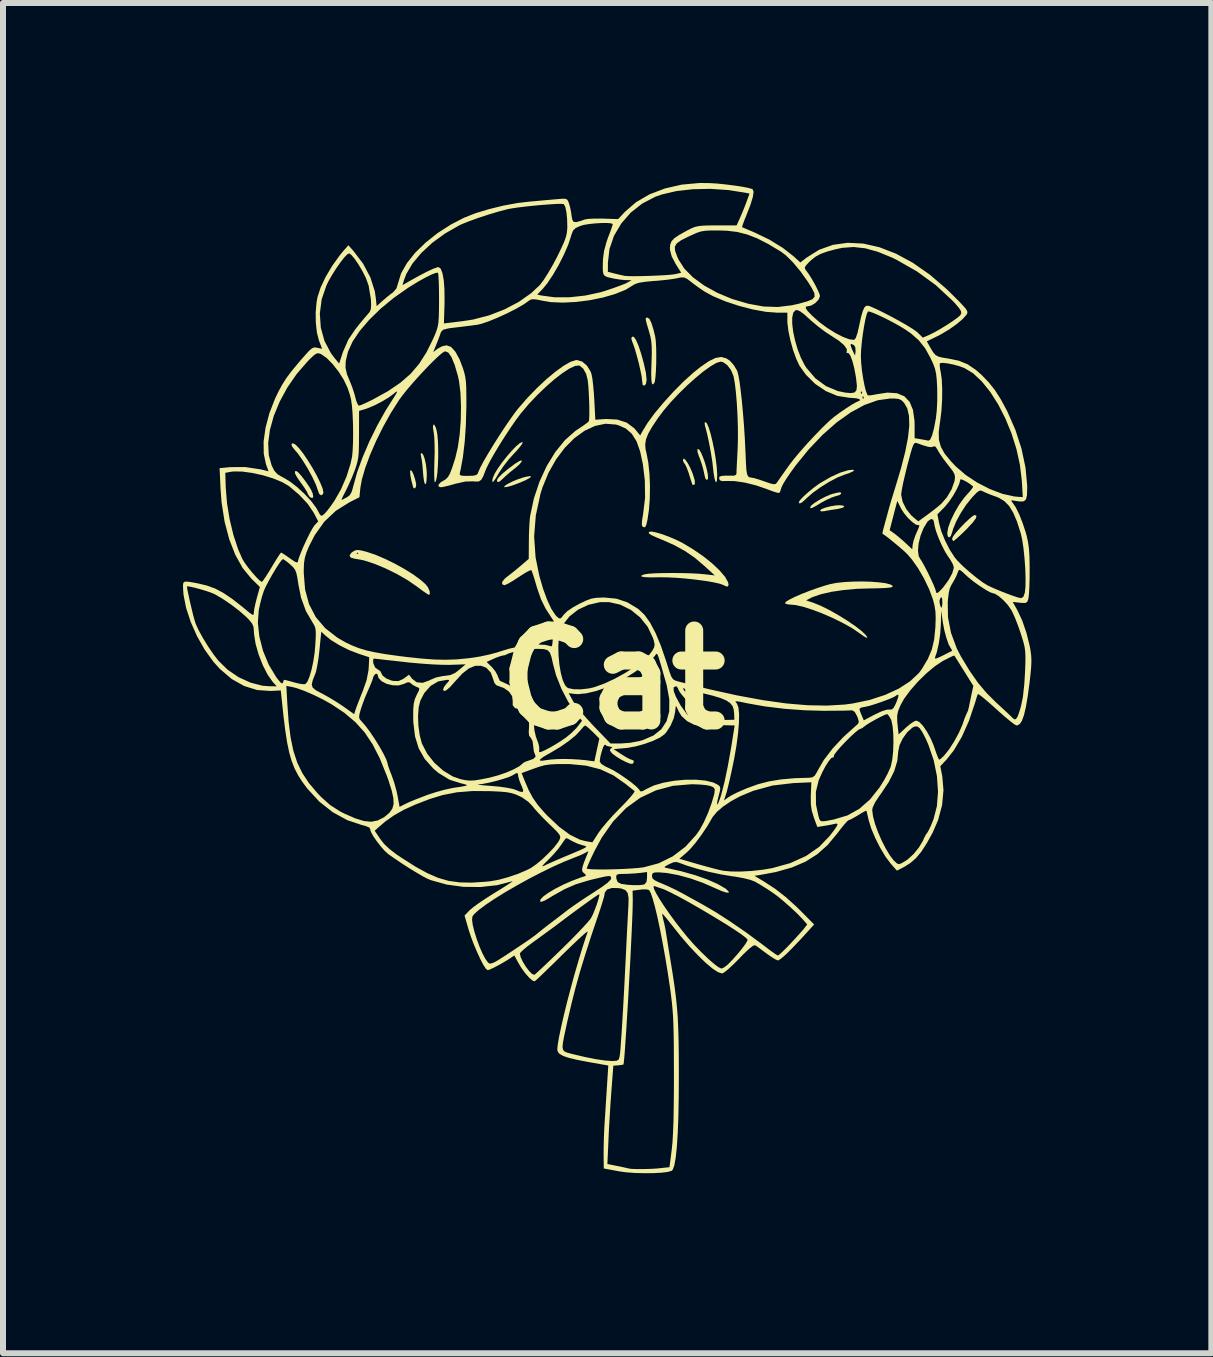
<source format=kicad_pcb>
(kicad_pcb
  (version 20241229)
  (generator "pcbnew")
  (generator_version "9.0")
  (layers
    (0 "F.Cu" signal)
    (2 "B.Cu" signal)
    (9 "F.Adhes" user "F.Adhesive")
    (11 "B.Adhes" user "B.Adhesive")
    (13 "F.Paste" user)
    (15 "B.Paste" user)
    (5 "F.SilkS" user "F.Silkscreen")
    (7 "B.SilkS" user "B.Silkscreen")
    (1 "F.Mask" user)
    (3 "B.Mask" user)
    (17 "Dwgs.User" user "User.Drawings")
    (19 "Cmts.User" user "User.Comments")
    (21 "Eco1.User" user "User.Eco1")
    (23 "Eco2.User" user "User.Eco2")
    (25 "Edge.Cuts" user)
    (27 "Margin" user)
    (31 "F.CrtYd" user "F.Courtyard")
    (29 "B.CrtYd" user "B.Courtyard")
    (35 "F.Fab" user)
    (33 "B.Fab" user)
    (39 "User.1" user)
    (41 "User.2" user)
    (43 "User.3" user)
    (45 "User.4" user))
  (footprint "Cat"
    (layer "F.Cu")
    (at 7.164 8.281)
    (property "Reference" "Cat" (at 0 0 0) (layer "F.SilkS") (effects (font (size 1.5 1.5) (thickness 0.3))))
    (attr board_only exclude_from_pos_files exclude_from_bom)
    (fp_poly (pts (xy -3.35 -3.481) (xy -3.323 -3.427) (xy -3.297 -3.347) (xy -3.278 -3.268) (xy -3.28 -3.219) (xy -3.298 -3.191) (xy -3.321 -3.196) (xy -3.329 -3.214) (xy -3.356 -3.317) (xy -3.374 -3.407) (xy -3.378 -3.472) (xy -3.372 -3.495)) (stroke (width 0) (type solid)) (fill yes) (layer "F.SilkS"))
    (fp_poly (pts (xy 3.843 -2.903) (xy 3.86 -2.888) (xy 3.831 -2.868) (xy 3.761 -2.85) (xy 3.732 -2.845) (xy 3.637 -2.831) (xy 3.551 -2.816) (xy 3.529 -2.811) (xy 3.474 -2.807) (xy 3.454 -2.822) (xy 3.478 -2.844) (xy 3.54 -2.869) (xy 3.624 -2.891) (xy 3.714 -2.906) (xy 3.779 -2.91)) (stroke (width 0) (type solid)) (fill yes) (layer "F.SilkS"))
    (fp_poly (pts (xy -1.361 -3.387) (xy -1.384 -3.365) (xy -1.448 -3.33) (xy -1.548 -3.286) (xy -1.579 -3.274) (xy -1.678 -3.238) (xy -1.758 -3.216) (xy -1.804 -3.21) (xy -1.811 -3.213) (xy -1.797 -3.236) (xy -1.744 -3.269) (xy -1.666 -3.308) (xy -1.576 -3.345) (xy -1.487 -3.374) (xy -1.448 -3.384) (xy -1.381 -3.395)) (stroke (width 0) (type solid)) (fill yes) (layer "F.SilkS"))
    (fp_poly (pts (xy -3.162 -3.755) (xy -3.137 -3.689) (xy -3.116 -3.596) (xy -3.103 -3.489) (xy -3.1 -3.418) (xy -3.105 -3.314) (xy -3.116 -3.263) (xy -3.131 -3.262) (xy -3.146 -3.31) (xy -3.159 -3.405) (xy -3.162 -3.447) (xy -3.171 -3.557) (xy -3.182 -3.652) (xy -3.194 -3.714) (xy -3.195 -3.719) (xy -3.202 -3.766) (xy -3.189 -3.78)) (stroke (width 0) (type solid)) (fill yes) (layer "F.SilkS"))
    (fp_poly (pts (xy -1.521 -3.634) (xy -1.556 -3.59) (xy -1.622 -3.532) (xy -1.633 -3.524) (xy -1.717 -3.457) (xy -1.791 -3.392) (xy -1.829 -3.356) (xy -1.888 -3.303) (xy -1.922 -3.296) (xy -1.931 -3.328) (xy -1.909 -3.367) (xy -1.848 -3.429) (xy -1.756 -3.506) (xy -1.64 -3.594) (xy -1.613 -3.612) (xy -1.548 -3.651) (xy -1.517 -3.656)) (stroke (width 0) (type solid)) (fill yes) (layer "F.SilkS"))
    (fp_poly (pts (xy 6.063 -2.733) (xy 6.052 -2.691) (xy 5.999 -2.62) (xy 5.904 -2.518) (xy 5.88 -2.494) (xy 5.799 -2.416) (xy 5.731 -2.354) (xy 5.687 -2.318) (xy 5.676 -2.312) (xy 5.659 -2.334) (xy 5.657 -2.357) (xy 5.675 -2.395) (xy 5.723 -2.457) (xy 5.791 -2.533) (xy 5.866 -2.611) (xy 5.939 -2.68) (xy 5.998 -2.729) (xy 6.033 -2.747)) (stroke (width 0) (type solid)) (fill yes) (layer "F.SilkS"))
    (fp_poly (pts (xy -5.246 -3.46) (xy -5.194 -3.403) (xy -5.131 -3.321) (xy -5.065 -3.226) (xy -5.032 -3.173) (xy -5.001 -3.104) (xy -4.993 -3.052) (xy -5.007 -3.028) (xy -5.041 -3.041) (xy -5.053 -3.051) (xy -5.081 -3.092) (xy -5.085 -3.107) (xy -5.101 -3.139) (xy -5.14 -3.201) (xy -5.194 -3.277) (xy -5.264 -3.377) (xy -5.298 -3.442) (xy -5.297 -3.475) (xy -5.278 -3.481)) (stroke (width 0) (type solid)) (fill yes) (layer "F.SilkS"))
    (fp_poly (pts (xy 1.208 -3.669) (xy 1.246 -3.617) (xy 1.288 -3.539) (xy 1.329 -3.444) (xy 1.332 -3.435) (xy 1.365 -3.329) (xy 1.369 -3.268) (xy 1.362 -3.255) (xy 1.333 -3.246) (xy 1.322 -3.266) (xy 1.307 -3.312) (xy 1.282 -3.39) (xy 1.265 -3.447) (xy 1.235 -3.528) (xy 1.208 -3.587) (xy 1.194 -3.605) (xy 1.173 -3.642) (xy 1.17 -3.666) (xy 1.181 -3.689)) (stroke (width 0) (type solid)) (fill yes) (layer "F.SilkS"))
    (fp_poly (pts (xy 1.441 -3.837) (xy 1.472 -3.784) (xy 1.506 -3.704) (xy 1.539 -3.609) (xy 1.566 -3.511) (xy 1.584 -3.424) (xy 1.588 -3.361) (xy 1.58 -3.337) (xy 1.554 -3.337) (xy 1.541 -3.363) (xy 1.526 -3.424) (xy 1.509 -3.503) (xy 1.508 -3.507) (xy 1.484 -3.593) (xy 1.45 -3.692) (xy 1.439 -3.717) (xy 1.412 -3.796) (xy 1.411 -3.843) (xy 1.416 -3.849)) (stroke (width 0) (type solid)) (fill yes) (layer "F.SilkS"))
    (fp_poly (pts (xy 0.351 -5.716) (xy 0.387 -5.665) (xy 0.428 -5.57) (xy 0.473 -5.435) (xy 0.516 -5.279) (xy 0.552 -5.117) (xy 0.564 -5.001) (xy 0.552 -4.93) (xy 0.524 -4.902) (xy 0.498 -4.916) (xy 0.489 -4.981) (xy 0.482 -5.05) (xy 0.461 -5.155) (xy 0.433 -5.279) (xy 0.399 -5.406) (xy 0.366 -5.521) (xy 0.336 -5.607) (xy 0.324 -5.634) (xy 0.308 -5.691) (xy 0.323 -5.719)) (stroke (width 0) (type solid)) (fill yes) (layer "F.SilkS"))
    (fp_poly (pts (xy 3.805 -3.117) (xy 3.807 -3.103) (xy 3.784 -3.082) (xy 3.726 -3.064) (xy 3.719 -3.062) (xy 3.649 -3.039) (xy 3.556 -2.996) (xy 3.473 -2.951) (xy 3.382 -2.896) (xy 3.327 -2.867) (xy 3.3 -2.859) (xy 3.291 -2.869) (xy 3.291 -2.88) (xy 3.313 -2.911) (xy 3.372 -2.955) (xy 3.453 -3.005) (xy 3.542 -3.051) (xy 3.625 -3.087) (xy 3.658 -3.098) (xy 3.743 -3.119) (xy 3.788 -3.125)) (stroke (width 0) (type solid)) (fill yes) (layer "F.SilkS"))
    (fp_poly (pts (xy -5.288 -3.92) (xy -5.228 -3.858) (xy -5.156 -3.766) (xy -5.08 -3.653) (xy -5.004 -3.53) (xy -4.935 -3.406) (xy -4.878 -3.29) (xy -4.838 -3.193) (xy -4.823 -3.124) (xy -4.828 -3.099) (xy -4.861 -3.074) (xy -4.893 -3.098) (xy -4.912 -3.148) (xy -4.948 -3.251) (xy -5.008 -3.38) (xy -5.085 -3.521) (xy -5.168 -3.656) (xy -5.249 -3.772) (xy -5.307 -3.839) (xy -5.348 -3.892) (xy -5.355 -3.931) (xy -5.332 -3.943)) (stroke (width 0) (type solid)) (fill yes) (layer "F.SilkS"))
    (fp_poly (pts (xy -1.503 -3.961) (xy -1.509 -3.936) (xy -1.547 -3.883) (xy -1.609 -3.811) (xy -1.644 -3.774) (xy -1.735 -3.673) (xy -1.823 -3.56) (xy -1.89 -3.46) (xy -1.898 -3.447) (xy -1.956 -3.35) (xy -1.993 -3.301) (xy -2.009 -3.3) (xy -2.004 -3.349) (xy -2 -3.363) (xy -1.972 -3.43) (xy -1.919 -3.518) (xy -1.85 -3.616) (xy -1.771 -3.717) (xy -1.69 -3.811) (xy -1.614 -3.89) (xy -1.552 -3.943) (xy -1.51 -3.963)) (stroke (width 0) (type solid)) (fill yes) (layer "F.SilkS"))
    (fp_poly (pts (xy 1.57 -4.271) (xy 1.6 -4.202) (xy 1.631 -4.099) (xy 1.662 -3.972) (xy 1.691 -3.832) (xy 1.715 -3.688) (xy 1.732 -3.551) (xy 1.74 -3.43) (xy 1.74 -3.406) (xy 1.736 -3.324) (xy 1.725 -3.292) (xy 1.711 -3.305) (xy 1.695 -3.359) (xy 1.68 -3.451) (xy 1.674 -3.504) (xy 1.659 -3.637) (xy 1.634 -3.794) (xy 1.603 -3.957) (xy 1.571 -4.106) (xy 1.54 -4.223) (xy 1.536 -4.236) (xy 1.531 -4.284) (xy 1.545 -4.297)) (stroke (width 0) (type solid)) (fill yes) (layer "F.SilkS"))
    (fp_poly (pts (xy -2.95 -4.203) (xy -2.939 -4.168) (xy -2.924 -4.087) (xy -2.914 -3.976) (xy -2.91 -3.847) (xy -2.91 -3.711) (xy -2.915 -3.577) (xy -2.923 -3.458) (xy -2.936 -3.364) (xy -2.952 -3.305) (xy -2.966 -3.291) (xy -2.972 -3.316) (xy -2.976 -3.386) (xy -2.977 -3.49) (xy -2.974 -3.619) (xy -2.973 -3.651) (xy -2.969 -3.799) (xy -2.971 -3.937) (xy -2.976 -4.051) (xy -2.985 -4.125) (xy -2.986 -4.127) (xy -2.998 -4.208) (xy -2.992 -4.251) (xy -2.974 -4.251)) (stroke (width 0) (type solid)) (fill yes) (layer "F.SilkS"))
    (fp_poly (pts (xy 4.023 -3.493) (xy 4.004 -3.474) (xy 3.944 -3.447) (xy 3.865 -3.42) (xy 3.747 -3.374) (xy 3.607 -3.3) (xy 3.463 -3.21) (xy 3.331 -3.115) (xy 3.229 -3.026) (xy 3.224 -3.021) (xy 3.156 -2.958) (xy 3.114 -2.938) (xy 3.1 -2.961) (xy 3.12 -2.994) (xy 3.173 -3.05) (xy 3.248 -3.119) (xy 3.333 -3.189) (xy 3.418 -3.253) (xy 3.457 -3.279) (xy 3.631 -3.38) (xy 3.788 -3.452) (xy 3.918 -3.492) (xy 3.923 -3.493) (xy 3.997 -3.501)) (stroke (width 0) (type solid)) (fill yes) (layer "F.SilkS"))
    (fp_poly (pts (xy 0.611 -6.015) (xy 0.644 -5.948) (xy 0.68 -5.831) (xy 0.707 -5.719) (xy 0.717 -5.645) (xy 0.723 -5.537) (xy 0.725 -5.41) (xy 0.724 -5.276) (xy 0.719 -5.15) (xy 0.711 -5.043) (xy 0.7 -4.97) (xy 0.692 -4.948) (xy 0.668 -4.922) (xy 0.652 -4.938) (xy 0.643 -4.999) (xy 0.64 -5.108) (xy 0.645 -5.268) (xy 0.645 -5.274) (xy 0.65 -5.43) (xy 0.649 -5.546) (xy 0.642 -5.637) (xy 0.628 -5.719) (xy 0.604 -5.805) (xy 0.601 -5.816) (xy 0.569 -5.923) (xy 0.552 -5.988) (xy 0.548 -6.022) (xy 0.557 -6.035) (xy 0.577 -6.037) (xy 0.579 -6.037)) (stroke (width 0) (type solid)) (fill yes) (layer "F.SilkS"))
    (fp_poly (pts (xy -4.193 -2.156) (xy -4.099 -2.132) (xy -3.956 -2.084) (xy -3.797 -2.016) (xy -3.633 -1.936) (xy -3.473 -1.847) (xy -3.327 -1.756) (xy -3.206 -1.668) (xy -3.118 -1.59) (xy -3.081 -1.542) (xy -3.053 -1.476) (xy -3.049 -1.429) (xy -3.066 -1.416) (xy -3.096 -1.433) (xy -3.157 -1.474) (xy -3.238 -1.534) (xy -3.263 -1.553) (xy -3.422 -1.662) (xy -3.603 -1.766) (xy -3.793 -1.859) (xy -3.98 -1.936) (xy -4.151 -1.991) (xy -4.293 -2.017) (xy -4.299 -2.018) (xy -4.368 -2.036) (xy -4.388 -2.072) (xy -4.364 -2.108) (xy -4.27 -2.108) (xy -4.256 -2.094) (xy -4.242 -2.108) (xy -4.256 -2.121) (xy -4.27 -2.108) (xy -4.364 -2.108) (xy -4.357 -2.118) (xy -4.335 -2.134) (xy -4.294 -2.157) (xy -4.252 -2.164)) (stroke (width 0) (type solid)) (fill yes) (layer "F.SilkS"))
    (fp_poly (pts (xy 0.723 -2.456) (xy 0.825 -2.426) (xy 0.941 -2.383) (xy 1.06 -2.332) (xy 1.166 -2.279) (xy 1.345 -2.171) (xy 1.512 -2.056) (xy 1.659 -1.938) (xy 1.78 -1.823) (xy 1.87 -1.718) (xy 1.921 -1.628) (xy 1.93 -1.584) (xy 1.918 -1.554) (xy 1.876 -1.562) (xy 1.84 -1.581) (xy 1.778 -1.603) (xy 1.673 -1.626) (xy 1.536 -1.649) (xy 1.379 -1.67) (xy 1.212 -1.688) (xy 1.048 -1.701) (xy 0.897 -1.708) (xy 0.784 -1.709) (xy 0.635 -1.707) (xy 0.532 -1.711) (xy 0.478 -1.721) (xy 0.474 -1.736) (xy 0.522 -1.756) (xy 0.534 -1.759) (xy 0.598 -1.768) (xy 0.703 -1.775) (xy 0.839 -1.779) (xy 0.992 -1.78) (xy 1.15 -1.779) (xy 1.302 -1.775) (xy 1.434 -1.768) (xy 1.523 -1.76) (xy 1.7 -1.74) (xy 1.523 -1.901) (xy 1.362 -2.038) (xy 1.201 -2.148) (xy 1.022 -2.246) (xy 0.844 -2.325) (xy 0.726 -2.374) (xy 0.651 -2.408) (xy 0.611 -2.432) (xy 0.598 -2.448) (xy 0.605 -2.463) (xy 0.607 -2.466) (xy 0.646 -2.471)) (stroke (width 0) (type solid)) (fill yes) (layer "F.SilkS"))
    (fp_poly (pts (xy 4.298 -1.635) (xy 4.43 -1.625) (xy 4.541 -1.611) (xy 4.622 -1.591) (xy 4.663 -1.568) (xy 4.663 -1.549) (xy 4.631 -1.539) (xy 4.556 -1.531) (xy 4.446 -1.526) (xy 4.313 -1.523) (xy 4.281 -1.523) (xy 4.061 -1.516) (xy 3.844 -1.496) (xy 3.642 -1.466) (xy 3.468 -1.426) (xy 3.332 -1.379) (xy 3.304 -1.366) (xy 3.223 -1.324) (xy 3.345 -1.283) (xy 3.464 -1.235) (xy 3.605 -1.165) (xy 3.756 -1.08) (xy 3.905 -0.988) (xy 4.04 -0.896) (xy 4.149 -0.812) (xy 4.216 -0.747) (xy 4.243 -0.707) (xy 4.232 -0.699) (xy 4.186 -0.724) (xy 4.109 -0.779) (xy 4.106 -0.781) (xy 3.989 -0.861) (xy 3.84 -0.944) (xy 3.673 -1.027) (xy 3.499 -1.103) (xy 3.328 -1.168) (xy 3.174 -1.217) (xy 3.047 -1.246) (xy 2.989 -1.251) (xy 2.918 -1.257) (xy 2.874 -1.272) (xy 2.87 -1.277) (xy 2.885 -1.3) (xy 2.942 -1.336) (xy 3.033 -1.381) (xy 3.149 -1.432) (xy 3.28 -1.483) (xy 3.417 -1.532) (xy 3.552 -1.575) (xy 3.617 -1.593) (xy 3.726 -1.615) (xy 3.858 -1.629) (xy 4.003 -1.637) (xy 4.152 -1.639)) (stroke (width 0) (type solid)) (fill yes) (layer "F.SilkS"))
    (fp_poly (pts (xy 1.618 -8.279) (xy 1.748 -8.271) (xy 1.889 -8.256) (xy 2.03 -8.238) (xy 2.157 -8.219) (xy 2.258 -8.199) (xy 2.322 -8.181) (xy 2.331 -8.177) (xy 2.347 -8.135) (xy 2.335 -8.049) (xy 2.295 -7.919) (xy 2.231 -7.753) (xy 2.193 -7.659) (xy 2.166 -7.586) (xy 2.155 -7.548) (xy 2.155 -7.545) (xy 2.182 -7.533) (xy 2.246 -7.505) (xy 2.337 -7.467) (xy 2.372 -7.452) (xy 2.612 -7.336) (xy 2.837 -7.197) (xy 3.016 -7.057) (xy 3.126 -6.956) (xy 3.229 -7.036) (xy 3.44 -7.168) (xy 3.67 -7.25) (xy 3.916 -7.284) (xy 4.175 -7.271) (xy 4.444 -7.21) (xy 4.72 -7.103) (xy 5.001 -6.951) (xy 5.283 -6.754) (xy 5.563 -6.514) (xy 5.653 -6.426) (xy 5.762 -6.317) (xy 5.837 -6.238) (xy 5.884 -6.184) (xy 5.907 -6.146) (xy 5.911 -6.118) (xy 5.901 -6.094) (xy 5.895 -6.084) (xy 5.831 -6.012) (xy 5.731 -5.928) (xy 5.607 -5.84) (xy 5.473 -5.76) (xy 5.411 -5.728) (xy 5.234 -5.641) (xy 5.292 -5.539) (xy 5.338 -5.461) (xy 5.38 -5.413) (xy 5.433 -5.385) (xy 5.514 -5.367) (xy 5.591 -5.355) (xy 5.767 -5.319) (xy 5.914 -5.259) (xy 6.051 -5.166) (xy 6.15 -5.079) (xy 6.267 -4.957) (xy 6.369 -4.829) (xy 6.464 -4.681) (xy 6.564 -4.497) (xy 6.577 -4.471) (xy 6.71 -4.168) (xy 6.812 -3.853) (xy 6.879 -3.539) (xy 6.907 -3.242) (xy 6.907 -3.192) (xy 6.904 -3.077) (xy 6.887 -3.007) (xy 6.85 -2.975) (xy 6.784 -2.972) (xy 6.72 -2.981) (xy 6.657 -2.991) (xy 6.64 -2.985) (xy 6.659 -2.958) (xy 6.668 -2.947) (xy 6.718 -2.872) (xy 6.774 -2.758) (xy 6.83 -2.617) (xy 6.881 -2.463) (xy 6.897 -2.407) (xy 6.92 -2.304) (xy 6.936 -2.192) (xy 6.945 -2.055) (xy 6.948 -1.883) (xy 6.948 -1.822) (xy 6.947 -1.674) (xy 6.943 -1.54) (xy 6.937 -1.432) (xy 6.929 -1.362) (xy 6.927 -1.35) (xy 6.909 -1.301) (xy 6.88 -1.281) (xy 6.823 -1.281) (xy 6.786 -1.285) (xy 6.666 -1.298) (xy 6.744 -1.159) (xy 6.825 -0.986) (xy 6.896 -0.779) (xy 6.951 -0.555) (xy 6.962 -0.495) (xy 6.974 -0.404) (xy 6.978 -0.307) (xy 6.972 -0.19) (xy 6.957 -0.04) (xy 6.948 0.036) (xy 6.917 0.269) (xy 6.886 0.451) (xy 6.854 0.588) (xy 6.82 0.682) (xy 6.783 0.738) (xy 6.74 0.761) (xy 6.73 0.761) (xy 6.696 0.744) (xy 6.632 0.695) (xy 6.544 0.623) (xy 6.44 0.532) (xy 6.393 0.489) (xy 6.288 0.395) (xy 6.198 0.318) (xy 6.13 0.263) (xy 6.091 0.238) (xy 6.085 0.237) (xy 6.071 0.274) (xy 6.05 0.343) (xy 6.039 0.381) (xy 5.937 0.684) (xy 5.818 0.95) (xy 5.685 1.175) (xy 5.567 1.325) (xy 5.459 1.441) (xy 5.492 1.607) (xy 5.512 1.84) (xy 5.489 2.088) (xy 5.423 2.336) (xy 5.334 2.543) (xy 5.233 2.725) (xy 5.143 2.865) (xy 5.054 2.972) (xy 4.959 3.055) (xy 4.85 3.123) (xy 4.822 3.137) (xy 4.736 3.181) (xy 4.63 3.061) (xy 4.545 2.947) (xy 4.457 2.8) (xy 4.375 2.638) (xy 4.308 2.479) (xy 4.266 2.343) (xy 4.265 2.339) (xy 4.246 2.256) (xy 4.232 2.198) (xy 4.227 2.181) (xy 4.203 2.19) (xy 4.147 2.221) (xy 4.091 2.256) (xy 4.014 2.301) (xy 3.955 2.332) (xy 3.931 2.34) (xy 3.904 2.361) (xy 3.854 2.417) (xy 3.788 2.499) (xy 3.739 2.564) (xy 3.581 2.754) (xy 3.408 2.908) (xy 3.211 3.032) (xy 2.984 3.129) (xy 2.718 3.204) (xy 2.466 3.251) (xy 2.361 3.267) (xy 2.52 3.362) (xy 2.707 3.484) (xy 2.883 3.621) (xy 3.064 3.785) (xy 3.153 3.873) (xy 3.356 4.078) (xy 3.276 4.167) (xy 3.12 4.338) (xy 2.988 4.476) (xy 2.882 4.581) (xy 2.804 4.648) (xy 2.759 4.677) (xy 2.754 4.678) (xy 2.714 4.662) (xy 2.646 4.621) (xy 2.564 4.563) (xy 2.561 4.561) (xy 2.479 4.5) (xy 2.412 4.45) (xy 2.373 4.424) (xy 2.373 4.423) (xy 2.338 4.433) (xy 2.271 4.485) (xy 2.173 4.578) (xy 2.105 4.649) (xy 2.011 4.743) (xy 1.927 4.821) (xy 1.862 4.874) (xy 1.824 4.895) (xy 1.822 4.895) (xy 1.755 4.874) (xy 1.662 4.813) (xy 1.548 4.717) (xy 1.418 4.591) (xy 1.276 4.441) (xy 1.129 4.27) (xy 0.981 4.084) (xy 0.98 4.084) (xy 0.914 3.999) (xy 0.861 3.936) (xy 0.83 3.901) (xy 0.825 3.898) (xy 0.826 3.926) (xy 0.839 3.987) (xy 0.842 3.999) (xy 0.864 4.09) (xy 0.88 4.174) (xy 0.889 4.229) (xy 0.905 4.326) (xy 0.925 4.454) (xy 0.949 4.6) (xy 0.962 4.678) (xy 0.999 4.908) (xy 1.029 5.108) (xy 1.052 5.289) (xy 1.07 5.461) (xy 1.083 5.634) (xy 1.091 5.819) (xy 1.097 6.027) (xy 1.1 6.266) (xy 1.101 6.549) (xy 1.101 6.581) (xy 1.099 6.958) (xy 1.093 7.287) (xy 1.082 7.565) (xy 1.067 7.794) (xy 1.048 7.971) (xy 1.025 8.096) (xy 0.998 8.168) (xy 0.982 8.184) (xy 0.916 8.203) (xy 0.81 8.216) (xy 0.674 8.223) (xy 0.523 8.224) (xy 0.368 8.22) (xy 0.222 8.209) (xy 0.098 8.192) (xy 0.095 8.191) (xy -0.15 8.145) (xy -0.151 8.071) (xy -0.09 8.071) (xy 0.071 8.103) (xy 0.161 8.122) (xy 0.23 8.137) (xy 0.258 8.144) (xy 0.309 8.152) (xy 0.399 8.155) (xy 0.512 8.155) (xy 0.633 8.152) (xy 0.746 8.145) (xy 0.781 8.141) (xy 0.945 8.124) (xy 0.982 7.835) (xy 0.995 7.712) (xy 1.004 7.551) (xy 1.012 7.348) (xy 1.016 7.101) (xy 1.019 6.805) (xy 1.019 6.568) (xy 1.018 6.298) (xy 1.017 6.075) (xy 1.014 5.89) (xy 1.01 5.735) (xy 1.004 5.602) (xy 0.995 5.483) (xy 0.984 5.369) (xy 0.97 5.253) (xy 0.957 5.153) (xy 0.918 4.892) (xy 0.876 4.636) (xy 0.832 4.391) (xy 0.788 4.164) (xy 0.745 3.96) (xy 0.703 3.786) (xy 0.665 3.648) (xy 0.632 3.552) (xy 0.606 3.505) (xy 0.566 3.494) (xy 0.494 3.494) (xy 0.456 3.498) (xy 0.33 3.515) (xy 0.333 3.668) (xy 0.332 3.745) (xy 0.329 3.864) (xy 0.323 4.018) (xy 0.315 4.202) (xy 0.305 4.409) (xy 0.294 4.633) (xy 0.281 4.868) (xy 0.268 5.106) (xy 0.255 5.343) (xy 0.241 5.571) (xy 0.228 5.784) (xy 0.215 5.976) (xy 0.204 6.141) (xy 0.194 6.272) (xy 0.185 6.363) (xy 0.179 6.409) (xy 0.178 6.412) (xy 0.149 6.419) (xy 0.09 6.426) (xy 0.009 6.432) (xy -0.023 6.853) (xy -0.037 7.044) (xy -0.05 7.26) (xy -0.063 7.474) (xy -0.072 7.661) (xy -0.072 7.673) (xy -0.09 8.071) (xy -0.151 8.071) (xy -0.153 7.914) (xy -0.152 7.785) (xy -0.148 7.626) (xy -0.141 7.462) (xy -0.135 7.37) (xy -0.124 7.2) (xy -0.112 7.007) (xy -0.1 6.821) (xy -0.095 6.743) (xy -0.075 6.429) (xy -0.399 6.372) (xy -0.588 6.336) (xy -0.728 6.303) (xy -0.826 6.27) (xy -0.888 6.235) (xy -0.918 6.196) (xy -0.925 6.163) (xy -0.921 6.119) (xy -0.838 6.119) (xy -0.829 6.168) (xy -0.802 6.197) (xy -0.756 6.216) (xy -0.687 6.234) (xy -0.673 6.238) (xy -0.469 6.286) (xy -0.285 6.323) (xy -0.129 6.346) (xy -0.014 6.354) (xy -0.009 6.354) (xy 0.063 6.35) (xy 0.098 6.33) (xy 0.113 6.281) (xy 0.119 6.242) (xy 0.127 6.166) (xy 0.136 6.04) (xy 0.148 5.871) (xy 0.161 5.662) (xy 0.175 5.419) (xy 0.19 5.148) (xy 0.205 4.853) (xy 0.22 4.555) (xy 0.229 4.364) (xy 0.238 4.181) (xy 0.247 4.016) (xy 0.254 3.879) (xy 0.259 3.782) (xy 0.261 3.757) (xy 0.263 3.634) (xy 0.248 3.554) (xy 0.211 3.506) (xy 0.145 3.48) (xy 0.095 3.472) (xy -0.015 3.47) (xy -0.094 3.495) (xy -0.133 3.546) (xy -0.136 3.567) (xy -0.144 3.61) (xy -0.168 3.692) (xy -0.202 3.802) (xy -0.242 3.921) (xy -0.36 4.271) (xy -0.46 4.582) (xy -0.547 4.867) (xy -0.622 5.137) (xy -0.69 5.405) (xy -0.755 5.683) (xy -0.775 5.776) (xy -0.809 5.932) (xy -0.83 6.044) (xy -0.838 6.119) (xy -0.921 6.119) (xy -0.917 6.078) (xy -0.895 5.949) (xy -0.86 5.785) (xy -0.816 5.592) (xy -0.764 5.38) (xy -0.705 5.155) (xy -0.643 4.927) (xy -0.578 4.703) (xy -0.514 4.49) (xy -0.452 4.298) (xy -0.417 4.196) (xy -0.43 4.2) (xy -0.477 4.238) (xy -0.551 4.305) (xy -0.649 4.397) (xy -0.765 4.509) (xy -0.84 4.582) (xy -0.967 4.708) (xy -1.082 4.819) (xy -1.178 4.912) (xy -1.251 4.981) (xy -1.294 5.019) (xy -1.303 5.025) (xy -1.34 5.012) (xy -1.395 4.964) (xy -1.46 4.89) (xy -1.523 4.803) (xy -1.567 4.731) (xy -1.641 4.595) (xy -1.711 4.642) (xy -1.799 4.697) (xy -1.895 4.752) (xy -1.985 4.799) (xy -2.054 4.831) (xy -2.086 4.84) (xy -2.115 4.816) (xy -2.158 4.751) (xy -2.208 4.655) (xy -2.263 4.536) (xy -2.318 4.406) (xy -2.367 4.275) (xy -2.404 4.161) (xy -2.451 3.998) (xy -2.346 3.998) (xy -2.334 4.088) (xy -2.306 4.2) (xy -2.267 4.324) (xy -2.221 4.449) (xy -2.171 4.563) (xy -2.122 4.655) (xy -2.078 4.715) (xy -2.049 4.732) (xy -1.997 4.719) (xy -1.953 4.698) (xy -1.886 4.657) (xy -1.791 4.596) (xy -1.741 4.563) (xy -1.549 4.563) (xy -1.536 4.622) (xy -1.5 4.699) (xy -1.45 4.781) (xy -1.395 4.853) (xy -1.345 4.903) (xy -1.307 4.918) (xy -1.306 4.917) (xy -1.281 4.896) (xy -1.223 4.843) (xy -1.137 4.763) (xy -1.031 4.661) (xy -0.909 4.544) (xy -0.851 4.487) (xy -0.721 4.359) (xy -0.601 4.237) (xy -0.499 4.129) (xy -0.419 4.042) (xy -0.371 3.984) (xy -0.362 3.97) (xy -0.331 3.909) (xy -0.297 3.826) (xy -0.264 3.736) (xy -0.238 3.653) (xy -0.224 3.594) (xy -0.225 3.574) (xy -0.249 3.586) (xy -0.311 3.627) (xy -0.404 3.693) (xy -0.524 3.78) (xy -0.665 3.883) (xy -0.82 3.999) (xy -0.87 4.037) (xy -1 4.134) (xy -1.145 4.24) (xy -1.281 4.339) (xy -1.324 4.37) (xy -1.419 4.44) (xy -1.493 4.502) (xy -1.539 4.547) (xy -1.549 4.563) (xy -1.741 4.563) (xy -1.681 4.524) (xy -1.566 4.447) (xy -1.457 4.374) (xy -1.366 4.311) (xy -1.304 4.266) (xy -1.287 4.253) (xy -1.238 4.213) (xy -1.161 4.151) (xy -1.069 4.08) (xy -1.043 4.06) (xy -0.937 3.98) (xy -0.831 3.898) (xy -0.744 3.831) (xy -0.734 3.824) (xy -0.662 3.772) (xy -0.558 3.7) (xy -0.436 3.619) (xy -0.32 3.544) (xy -0.178 3.451) (xy -0.17 3.445) (xy 0.678 3.445) (xy 0.688 3.487) (xy 0.723 3.559) (xy 0.78 3.656) (xy 0.855 3.771) (xy 0.943 3.898) (xy 1.04 4.031) (xy 1.143 4.164) (xy 1.246 4.291) (xy 1.347 4.406) (xy 1.359 4.419) (xy 1.477 4.541) (xy 1.587 4.647) (xy 1.685 4.732) (xy 1.761 4.79) (xy 1.81 4.813) (xy 1.813 4.813) (xy 1.852 4.796) (xy 1.909 4.753) (xy 1.924 4.739) (xy 2 4.661) (xy 2.078 4.573) (xy 2.15 4.486) (xy 2.207 4.409) (xy 2.241 4.353) (xy 2.247 4.329) (xy 2.209 4.292) (xy 2.131 4.234) (xy 2.02 4.159) (xy 1.884 4.072) (xy 1.73 3.978) (xy 1.567 3.88) (xy 1.401 3.783) (xy 1.241 3.692) (xy 1.093 3.611) (xy 0.966 3.546) (xy 0.867 3.499) (xy 0.817 3.48) (xy 0.743 3.456) (xy 0.698 3.439) (xy 0.678 3.445) (xy -0.17 3.445) (xy -0.083 3.38) (xy -0.035 3.33) (xy -0.027 3.309) (xy -0.03 3.287) (xy -0.043 3.274) (xy -0.074 3.271) (xy -0.132 3.28) (xy -0.223 3.3) (xy -0.357 3.332) (xy -0.417 3.348) (xy -0.615 3.408) (xy -0.804 3.49) (xy -1.005 3.603) (xy -1.053 3.633) (xy -1.133 3.679) (xy -1.19 3.7) (xy -1.211 3.697) (xy -1.205 3.66) (xy -1.155 3.609) (xy -1.07 3.548) (xy -0.958 3.482) (xy -0.827 3.415) (xy -0.684 3.352) (xy -0.538 3.297) (xy -0.465 3.273) (xy -0.462 3.271) (xy 0.057 3.271) (xy 0.059 3.311) (xy 0.08 3.37) (xy 0.133 3.399) (xy 0.15 3.403) (xy 0.241 3.416) (xy 0.347 3.423) (xy 0.446 3.422) (xy 0.517 3.413) (xy 0.528 3.41) (xy 0.562 3.369) (xy 0.571 3.299) (xy 0.571 3.27) (xy 0.653 3.27) (xy 0.662 3.309) (xy 0.698 3.341) (xy 0.772 3.377) (xy 0.817 3.395) (xy 0.925 3.442) (xy 1.053 3.503) (xy 1.173 3.566) (xy 1.177 3.568) (xy 1.292 3.632) (xy 1.409 3.696) (xy 1.504 3.749) (xy 1.509 3.752) (xy 1.72 3.875) (xy 1.958 4.029) (xy 2.211 4.203) (xy 2.467 4.391) (xy 2.556 4.459) (xy 2.64 4.522) (xy 2.708 4.57) (xy 2.748 4.594) (xy 2.753 4.596) (xy 2.78 4.577) (xy 2.833 4.528) (xy 2.906 4.456) (xy 2.948 4.412) (xy 3.033 4.321) (xy 3.11 4.236) (xy 3.168 4.171) (xy 3.182 4.154) (xy 3.241 4.078) (xy 3.158 3.983) (xy 3.077 3.899) (xy 2.966 3.795) (xy 2.838 3.683) (xy 2.751 3.611) (xy 2.673 3.554) (xy 2.567 3.483) (xy 2.452 3.412) (xy 2.367 3.363) (xy 2.294 3.335) (xy 2.182 3.307) (xy 2.046 3.282) (xy 1.986 3.274) (xy 1.8 3.243) (xy 1.598 3.2) (xy 1.4 3.148) (xy 1.225 3.094) (xy 1.127 3.057) (xy 1.064 3.037) (xy 1.01 3.042) (xy 0.939 3.073) (xy 0.878 3.106) (xy 0.861 3.123) (xy 0.884 3.134) (xy 0.901 3.137) (xy 1.145 3.192) (xy 1.374 3.257) (xy 1.579 3.329) (xy 1.751 3.405) (xy 1.879 3.48) (xy 1.89 3.489) (xy 1.932 3.529) (xy 1.931 3.548) (xy 1.891 3.546) (xy 1.82 3.523) (xy 1.723 3.481) (xy 1.703 3.472) (xy 1.507 3.386) (xy 1.298 3.312) (xy 1.09 3.255) (xy 0.9 3.22) (xy 0.76 3.209) (xy 0.69 3.213) (xy 0.659 3.231) (xy 0.653 3.27) (xy 0.571 3.27) (xy 0.571 3.204) (xy 0.456 3.219) (xy 0.356 3.228) (xy 0.241 3.234) (xy 0.195 3.235) (xy 0.112 3.237) (xy 0.07 3.247) (xy 0.057 3.271) (xy -0.462 3.271) (xy -0.445 3.258) (xy -0.471 3.229) (xy -0.479 3.224) (xy -0.503 3.201) (xy -0.512 3.171) (xy -0.509 3.145) (xy -0.435 3.145) (xy -0.41 3.153) (xy -0.34 3.159) (xy -0.237 3.161) (xy -0.11 3.161) (xy 0.03 3.158) (xy 0.173 3.153) (xy 0.309 3.145) (xy 0.428 3.136) (xy 0.517 3.125) (xy 0.766 3.058) (xy 0.918 2.983) (xy 1.11 2.983) (xy 1.411 3.071) (xy 1.547 3.109) (xy 1.677 3.144) (xy 1.785 3.171) (xy 1.842 3.183) (xy 1.97 3.195) (xy 2.134 3.196) (xy 2.318 3.186) (xy 2.503 3.165) (xy 2.658 3.139) (xy 2.96 3.055) (xy 3.222 2.936) (xy 3.441 2.784) (xy 3.613 2.605) (xy 3.689 2.506) (xy 3.733 2.442) (xy 3.747 2.407) (xy 3.734 2.396) (xy 3.697 2.401) (xy 3.695 2.402) (xy 3.626 2.417) (xy 3.537 2.433) (xy 3.52 2.435) (xy 3.409 2.453) (xy 3.351 2.295) (xy 3.317 2.184) (xy 3.301 2.074) (xy 3.3 1.939) (xy 3.301 1.922) (xy 3.303 1.868) (xy 3.385 1.868) (xy 3.387 2.08) (xy 3.427 2.267) (xy 3.442 2.318) (xy 3.458 2.348) (xy 3.488 2.359) (xy 3.543 2.355) (xy 3.634 2.338) (xy 3.685 2.328) (xy 3.91 2.261) (xy 4.076 2.169) (xy 4.324 2.169) (xy 4.337 2.273) (xy 4.37 2.399) (xy 4.42 2.537) (xy 4.48 2.676) (xy 4.548 2.809) (xy 4.617 2.924) (xy 4.683 3.012) (xy 4.741 3.064) (xy 4.771 3.073) (xy 4.812 3.058) (xy 4.877 3.02) (xy 4.918 2.992) (xy 5.013 2.905) (xy 5.103 2.794) (xy 5.171 2.68) (xy 5.186 2.643) (xy 5.218 2.582) (xy 5.238 2.555) (xy 5.265 2.51) (xy 5.303 2.43) (xy 5.343 2.332) (xy 5.346 2.324) (xy 5.402 2.108) (xy 5.421 1.866) (xy 5.403 1.606) (xy 5.349 1.341) (xy 5.26 1.081) (xy 5.22 0.989) (xy 5.161 0.875) (xy 5.114 0.805) (xy 5.072 0.776) (xy 5.027 0.78) (xy 4.992 0.799) (xy 4.908 0.874) (xy 4.833 0.978) (xy 4.78 1.088) (xy 4.759 1.188) (xy 4.759 1.188) (xy 4.742 1.354) (xy 4.691 1.522) (xy 4.601 1.702) (xy 4.469 1.9) (xy 4.441 1.938) (xy 4.372 2.043) (xy 4.332 2.129) (xy 4.324 2.169) (xy 4.076 2.169) (xy 4.109 2.151) (xy 4.288 1.994) (xy 4.452 1.787) (xy 4.452 1.786) (xy 4.522 1.674) (xy 4.584 1.558) (xy 4.627 1.461) (xy 4.636 1.436) (xy 4.659 1.325) (xy 4.673 1.189) (xy 4.678 1.04) (xy 4.675 0.895) (xy 4.663 0.768) (xy 4.643 0.676) (xy 4.635 0.657) (xy 4.601 0.6) (xy 4.6 0.598) (xy 4.74 0.598) (xy 4.741 0.69) (xy 4.746 0.741) (xy 4.764 0.911) (xy 4.888 0.795) (xy 4.961 0.734) (xy 5.025 0.692) (xy 5.06 0.68) (xy 5.11 0.704) (xy 5.171 0.768) (xy 5.236 0.863) (xy 5.298 0.976) (xy 5.35 1.099) (xy 5.363 1.137) (xy 5.395 1.23) (xy 5.422 1.299) (xy 5.439 1.331) (xy 5.441 1.332) (xy 5.468 1.315) (xy 5.515 1.271) (xy 5.527 1.258) (xy 5.606 1.159) (xy 5.69 1.028) (xy 5.767 0.886) (xy 5.826 0.753) (xy 5.836 0.724) (xy 5.865 0.641) (xy 5.891 0.578) (xy 5.901 0.557) (xy 5.921 0.513) (xy 5.937 0.449) (xy 5.952 0.372) (xy 5.973 0.274) (xy 5.981 0.234) (xy 6.01 0.102) (xy 5.855 -0.146) (xy 5.791 -0.248) (xy 5.739 -0.332) (xy 5.704 -0.387) (xy 5.693 -0.404) (xy 5.668 -0.397) (xy 5.608 -0.368) (xy 5.523 -0.325) (xy 5.5 -0.313) (xy 5.37 -0.227) (xy 5.229 -0.109) (xy 5.087 0.03) (xy 4.959 0.176) (xy 4.855 0.317) (xy 4.797 0.421) (xy 4.757 0.517) (xy 4.74 0.598) (xy 4.6 0.598) (xy 4.575 0.572) (xy 4.573 0.571) (xy 4.534 0.584) (xy 4.465 0.617) (xy 4.381 0.661) (xy 4.298 0.708) (xy 4.23 0.75) (xy 4.197 0.775) (xy 4.152 0.809) (xy 4.129 0.816) (xy 4.093 0.834) (xy 4.034 0.883) (xy 3.959 0.952) (xy 3.878 1.033) (xy 3.8 1.115) (xy 3.736 1.189) (xy 3.694 1.244) (xy 3.684 1.271) (xy 3.683 1.295) (xy 3.672 1.292) (xy 3.643 1.303) (xy 3.599 1.356) (xy 3.546 1.439) (xy 3.49 1.545) (xy 3.437 1.664) (xy 3.433 1.672) (xy 3.385 1.868) (xy 3.303 1.868) (xy 3.31 1.708) (xy 3.008 1.722) (xy 2.664 1.762) (xy 2.342 1.85) (xy 2.121 1.942) (xy 1.972 2.023) (xy 1.839 2.113) (xy 1.734 2.203) (xy 1.667 2.284) (xy 1.663 2.29) (xy 1.578 2.436) (xy 1.48 2.582) (xy 1.38 2.717) (xy 1.287 2.825) (xy 1.234 2.877) (xy 1.11 2.983) (xy 0.918 2.983) (xy 0.999 2.943) (xy 1.209 2.784) (xy 1.389 2.586) (xy 1.45 2.498) (xy 1.518 2.374) (xy 1.587 2.22) (xy 1.646 2.06) (xy 1.688 1.917) (xy 1.695 1.886) (xy 1.7 1.824) (xy 1.676 1.791) (xy 1.627 1.77) (xy 1.56 1.756) (xy 1.458 1.746) (xy 1.34 1.741) (xy 1.308 1.741) (xy 1.002 1.767) (xy 0.719 1.843) (xy 0.457 1.967) (xy 0.219 2.14) (xy 0.005 2.362) (xy -0.184 2.63) (xy -0.301 2.846) (xy -0.355 2.958) (xy -0.398 3.052) (xy -0.426 3.119) (xy -0.435 3.145) (xy -0.509 3.145) (xy -0.506 3.124) (xy -0.482 3.049) (xy -0.438 2.938) (xy -0.42 2.896) (xy -0.409 2.86) (xy -0.427 2.865) (xy -0.437 2.872) (xy -0.482 2.897) (xy -0.56 2.932) (xy -0.639 2.963) (xy -0.809 3.031) (xy -0.997 3.115) (xy -1.195 3.212) (xy -1.398 3.317) (xy -1.597 3.427) (xy -1.787 3.537) (xy -1.96 3.644) (xy -2.109 3.743) (xy -2.227 3.831) (xy -2.308 3.903) (xy -2.339 3.943) (xy -2.346 3.998) (xy -2.451 3.998) (xy -2.471 3.93) (xy -2.386 3.841) (xy -2.332 3.795) (xy -2.242 3.729) (xy -2.128 3.652) (xy -2 3.57) (xy -1.96 3.545) (xy -1.845 3.475) (xy -1.754 3.417) (xy -1.693 3.376) (xy -1.668 3.357) (xy -1.672 3.357) (xy -1.927 3.423) (xy -2.206 3.454) (xy -2.491 3.451) (xy -2.769 3.413) (xy -3.024 3.342) (xy -3.087 3.317) (xy -3.158 3.28) (xy -3.261 3.22) (xy -3.385 3.145) (xy -3.515 3.061) (xy -3.641 2.976) (xy -3.741 2.906) (xy -3.8 2.853) (xy -3.867 2.777) (xy -3.934 2.691) (xy -3.992 2.607) (xy -4.031 2.536) (xy -4.037 2.516) (xy -3.968 2.516) (xy -3.874 2.656) (xy -3.81 2.738) (xy -3.724 2.819) (xy -3.608 2.908) (xy -3.511 2.973) (xy -3.286 3.116) (xy -3.089 3.224) (xy -2.909 3.302) (xy -2.734 3.352) (xy -2.552 3.377) (xy -2.352 3.381) (xy -2.122 3.366) (xy -2.036 3.357) (xy -1.901 3.333) (xy -1.741 3.289) (xy -1.577 3.233) (xy -1.432 3.171) (xy -1.364 3.136) (xy -1.326 3.11) (xy -1.172 3.11) (xy -1.141 3.098) (xy -1.115 3.085) (xy -1.052 3.056) (xy -0.953 3.012) (xy -0.831 2.96) (xy -0.71 2.909) (xy -0.581 2.855) (xy -0.498 2.818) (xy -0.454 2.794) (xy -0.442 2.779) (xy -0.459 2.769) (xy -0.492 2.761) (xy -0.582 2.733) (xy -0.672 2.691) (xy -0.675 2.69) (xy -0.735 2.656) (xy -0.773 2.639) (xy -0.776 2.638) (xy -0.796 2.659) (xy -0.834 2.712) (xy -0.856 2.745) (xy -0.911 2.82) (xy -0.989 2.911) (xy -1.067 2.992) (xy -1.138 3.062) (xy -1.172 3.1) (xy -1.172 3.11) (xy -1.326 3.11) (xy -1.276 3.075) (xy -1.174 2.99) (xy -1.072 2.892) (xy -0.981 2.796) (xy -0.915 2.711) (xy -0.893 2.675) (xy -0.878 2.64) (xy -0.877 2.609) (xy -0.894 2.574) (xy -0.936 2.525) (xy -1.009 2.453) (xy -1.064 2.4) (xy -1.159 2.306) (xy -1.245 2.215) (xy -1.311 2.141) (xy -1.336 2.108) (xy -1.406 2.035) (xy -1.505 1.965) (xy -1.548 1.942) (xy -1.618 1.911) (xy -1.687 1.889) (xy -1.767 1.874) (xy -1.872 1.864) (xy -2.016 1.857) (xy -2.041 1.856) (xy -2.337 1.854) (xy -2.598 1.875) (xy -2.839 1.922) (xy -3.051 1.987) (xy -3.287 2.078) (xy -3.481 2.166) (xy -3.646 2.259) (xy -3.792 2.362) (xy -3.908 2.461) (xy -3.968 2.516) (xy -4.037 2.516) (xy -4.043 2.492) (xy -4.043 2.489) (xy -4.059 2.462) (xy -4.129 2.434) (xy -4.178 2.422) (xy -4.427 2.339) (xy -4.666 2.208) (xy -4.89 2.032) (xy -5.089 1.816) (xy -5.176 1.7) (xy -5.247 1.588) (xy -5.305 1.475) (xy -5.353 1.353) (xy -5.393 1.213) (xy -5.428 1.046) (xy -5.459 0.845) (xy -5.489 0.602) (xy -5.501 0.49) (xy -5.534 0.177) (xy -5.702 0.186) (xy -5.926 0.171) (xy -6.143 0.104) (xy -6.353 -0.014) (xy -6.55 -0.182) (xy -6.657 -0.301) (xy -6.802 -0.502) (xy -6.93 -0.727) (xy -7.035 -0.964) (xy -7.112 -1.198) (xy -7.155 -1.418) (xy -7.162 -1.509) (xy -7.163 -1.555) (xy -7.098 -1.555) (xy -7.091 -1.505) (xy -7.073 -1.418) (xy -7.049 -1.308) (xy -7.021 -1.189) (xy -6.994 -1.077) (xy -6.969 -0.987) (xy -6.954 -0.938) (xy -6.906 -0.832) (xy -6.833 -0.699) (xy -6.746 -0.557) (xy -6.654 -0.422) (xy -6.574 -0.319) (xy -6.421 -0.169) (xy -6.238 -0.044) (xy -6.039 0.047) (xy -5.838 0.099) (xy -5.731 0.107) (xy -5.602 0.109) (xy -5.607 0.102) (xy -5.441 0.102) (xy -5.425 0.398) (xy -5.403 0.703) (xy -5.37 0.963) (xy -5.323 1.187) (xy -5.259 1.382) (xy -5.174 1.556) (xy -5.066 1.72) (xy -4.931 1.88) (xy -4.861 1.954) (xy -4.709 2.089) (xy -4.545 2.194) (xy -4.474 2.23) (xy -4.294 2.309) (xy -4.148 2.354) (xy -4.026 2.366) (xy -3.919 2.345) (xy -3.817 2.293) (xy -3.796 2.278) (xy -3.723 2.216) (xy -3.675 2.149) (xy -3.653 2.071) (xy -3.657 1.973) (xy -3.685 1.846) (xy -3.737 1.682) (xy -3.77 1.591) (xy -3.883 1.311) (xy -4.003 1.076) (xy -4.136 0.877) (xy -4.29 0.706) (xy -4.386 0.625) (xy -4.229 0.625) (xy -4.217 0.659) (xy -4.188 0.692) (xy -4.121 0.769) (xy -4.044 0.872) (xy -3.964 0.991) (xy -3.889 1.113) (xy -3.824 1.228) (xy -3.777 1.324) (xy -3.754 1.391) (xy -3.753 1.401) (xy -3.743 1.438) (xy -3.718 1.51) (xy -3.686 1.591) (xy -3.644 1.711) (xy -3.606 1.849) (xy -3.587 1.936) (xy -3.554 2.118) (xy -3.45 2.065) (xy -3.378 2.032) (xy -3.273 1.989) (xy -3.151 1.942) (xy -3.088 1.918) (xy -2.951 1.873) (xy -2.806 1.833) (xy -2.677 1.805) (xy -2.636 1.798) (xy -2.54 1.784) (xy -2.466 1.77) (xy -2.431 1.76) (xy -2.43 1.759) (xy -2.445 1.747) (xy -2.252 1.747) (xy -2.212 1.753) (xy -2.134 1.761) (xy -2.026 1.769) (xy -1.893 1.781) (xy -1.771 1.798) (xy -1.675 1.817) (xy -1.632 1.83) (xy -1.545 1.865) (xy -1.501 1.87) (xy -1.493 1.842) (xy -1.516 1.777) (xy -1.524 1.761) (xy -1.556 1.681) (xy -1.575 1.615) (xy -1.577 1.598) (xy -1.583 1.559) (xy -1.607 1.556) (xy -1.661 1.586) (xy -1.671 1.593) (xy -1.732 1.621) (xy -1.83 1.653) (xy -1.948 1.687) (xy -2.07 1.716) (xy -2.178 1.737) (xy -2.244 1.744) (xy -2.252 1.747) (xy -2.445 1.747) (xy -2.446 1.747) (xy -2.499 1.732) (xy -2.521 1.728) (xy -2.72 1.666) (xy -2.905 1.553) (xy -2.993 1.478) (xy -3.135 1.319) (xy -3.235 1.143) (xy -3.297 0.941) (xy -3.325 0.705) (xy -3.327 0.625) (xy -3.327 0.607) (xy -3.246 0.607) (xy -3.24 0.767) (xy -3.218 0.925) (xy -3.182 1.061) (xy -3.18 1.065) (xy -3.095 1.23) (xy -2.973 1.384) (xy -2.826 1.514) (xy -2.667 1.611) (xy -2.54 1.656) (xy -2.457 1.673) (xy -2.385 1.68) (xy -2.307 1.677) (xy -2.21 1.662) (xy -2.077 1.636) (xy -2.051 1.63) (xy -1.913 1.593) (xy -1.802 1.555) (xy -1.52 1.555) (xy -1.469 1.682) (xy -1.401 1.841) (xy -1.332 1.968) (xy -1.252 2.083) (xy -1.147 2.205) (xy -1.088 2.267) (xy -0.893 2.451) (xy -0.712 2.584) (xy -0.546 2.665) (xy -0.46 2.688) (xy -0.34 2.709) (xy -0.24 2.553) (xy -0.182 2.474) (xy -0.095 2.37) (xy 0.008 2.255) (xy 0.117 2.142) (xy 0.125 2.135) (xy 0.219 2.038) (xy 0.294 1.955) (xy 0.345 1.892) (xy 0.364 1.858) (xy 0.363 1.854) (xy 0.328 1.827) (xy 0.267 1.779) (xy 0.215 1.737) (xy 0.011 1.593) (xy -0.206 1.492) (xy -0.445 1.431) (xy -0.715 1.405) (xy -0.79 1.404) (xy -0.936 1.405) (xy -1.045 1.411) (xy -1.135 1.424) (xy -1.223 1.448) (xy -1.312 1.479) (xy -1.52 1.555) (xy -1.802 1.555) (xy -1.776 1.546) (xy -1.653 1.493) (xy -1.556 1.44) (xy -1.499 1.392) (xy -1.496 1.388) (xy -1.461 1.367) (xy -1.45 1.363) (xy -0.217 1.363) (xy -0.192 1.401) (xy -0.121 1.446) (xy -0.076 1.466) (xy 0.007 1.507) (xy 0.107 1.568) (xy 0.212 1.639) (xy 0.31 1.711) (xy 0.39 1.777) (xy 0.439 1.828) (xy 0.447 1.842) (xy 0.466 1.862) (xy 0.503 1.853) (xy 0.559 1.821) (xy 0.686 1.761) (xy 0.844 1.715) (xy 1.021 1.683) (xy 1.205 1.666) (xy 1.383 1.665) (xy 1.545 1.68) (xy 1.677 1.712) (xy 1.754 1.751) (xy 1.782 1.775) (xy 1.792 1.806) (xy 1.785 1.857) (xy 1.763 1.94) (xy 1.744 2.019) (xy 1.737 2.069) (xy 1.743 2.079) (xy 1.762 2.047) (xy 1.775 2.011) (xy 1.853 2.011) (xy 1.926 1.958) (xy 1.984 1.923) (xy 2.076 1.877) (xy 2.187 1.828) (xy 2.234 1.808) (xy 2.419 1.741) (xy 2.605 1.693) (xy 2.806 1.66) (xy 3.036 1.64) (xy 3.263 1.633) (xy 3.326 1.626) (xy 3.366 1.598) (xy 3.404 1.536) (xy 3.413 1.517) (xy 3.518 1.336) (xy 3.664 1.146) (xy 3.841 0.956) (xy 4.036 0.78) (xy 4.085 0.737) (xy 4.101 0.702) (xy 4.089 0.652) (xy 4.073 0.609) (xy 4.033 0.535) (xy 3.991 0.509) (xy 3.98 0.509) (xy 3.936 0.511) (xy 3.848 0.514) (xy 3.729 0.515) (xy 3.588 0.516) (xy 3.522 0.517) (xy 3.196 0.508) (xy 2.858 0.483) (xy 2.844 0.481) (xy 4.113 0.481) (xy 4.119 0.52) (xy 4.145 0.584) (xy 4.184 0.676) (xy 4.364 0.58) (xy 4.475 0.528) (xy 4.563 0.499) (xy 4.608 0.496) (xy 4.648 0.495) (xy 4.68 0.468) (xy 4.714 0.404) (xy 4.726 0.376) (xy 4.758 0.29) (xy 4.761 0.248) (xy 4.736 0.253) (xy 4.717 0.268) (xy 4.674 0.292) (xy 4.594 0.326) (xy 4.493 0.364) (xy 4.385 0.401) (xy 4.285 0.432) (xy 4.209 0.45) (xy 4.208 0.45) (xy 4.14 0.463) (xy 4.113 0.481) (xy 2.844 0.481) (xy 2.531 0.443) (xy 2.256 0.394) (xy 2.145 0.371) (xy 2.079 0.359) (xy 2.049 0.358) (xy 2.047 0.369) (xy 2.064 0.391) (xy 2.07 0.398) (xy 2.094 0.46) (xy 2.105 0.568) (xy 2.103 0.714) (xy 2.088 0.892) (xy 2.062 1.093) (xy 2.024 1.312) (xy 2.014 1.36) (xy 1.982 1.515) (xy 1.95 1.66) (xy 1.921 1.782) (xy 1.899 1.87) (xy 1.891 1.896) (xy 1.853 2.011) (xy 1.775 2.011) (xy 1.787 1.98) (xy 1.805 1.924) (xy 1.861 1.708) (xy 1.916 1.446) (xy 1.97 1.145) (xy 1.983 1.067) (xy 2.031 0.761) (xy 1.866 0.757) (xy 1.767 0.755) (xy 1.684 0.757) (xy 1.645 0.759) (xy 1.583 0.765) (xy 1.498 0.77) (xy 1.479 0.77) (xy 1.359 0.75) (xy 1.242 0.691) (xy 1.146 0.605) (xy 1.099 0.528) (xy 1.072 0.468) (xy 1.055 0.437) (xy 1.053 0.435) (xy 1.047 0.459) (xy 1.041 0.518) (xy 1.04 0.532) (xy 1.015 0.644) (xy 0.961 0.768) (xy 0.89 0.877) (xy 0.86 0.91) (xy 0.785 0.963) (xy 0.67 1.018) (xy 0.532 1.068) (xy 0.385 1.109) (xy 0.244 1.135) (xy 0.21 1.138) (xy 0.014 1.156) (xy 0.148 1.244) (xy 0.226 1.292) (xy 0.289 1.324) (xy 0.317 1.333) (xy 0.35 1.349) (xy 0.345 1.384) (xy 0.326 1.401) (xy 0.288 1.398) (xy 0.221 1.371) (xy 0.14 1.33) (xy 0.06 1.281) (xy -0.003 1.234) (xy -0.019 1.218) (xy -0.049 1.177) (xy -0.04 1.151) (xy -0.026 1.141) (xy -0.006 1.122) (xy -0.035 1.116) (xy -0.046 1.115) (xy -0.103 1.101) (xy -0.126 1.082) (xy -0.142 1.088) (xy -0.164 1.132) (xy -0.186 1.2) (xy -0.206 1.276) (xy -0.216 1.346) (xy -0.217 1.363) (xy -1.45 1.363) (xy -1.414 1.351) (xy -1.404 1.347) (xy -1.215 1.347) (xy -1.172 1.349) (xy -1.122 1.341) (xy -1.042 1.33) (xy -0.933 1.322) (xy -0.816 1.319) (xy -0.816 1.319) (xy -0.688 1.322) (xy -0.557 1.33) (xy -0.46 1.339) (xy -0.307 1.359) (xy -0.266 1.169) (xy -0.224 0.979) (xy -0.333 0.87) (xy -0.395 0.811) (xy -0.443 0.771) (xy -0.46 0.761) (xy -0.487 0.781) (xy -0.53 0.83) (xy -0.539 0.842) (xy -0.617 0.925) (xy -0.733 1.02) (xy -0.875 1.119) (xy -1.032 1.213) (xy -1.054 1.225) (xy -1.155 1.283) (xy -1.209 1.324) (xy -1.215 1.347) (xy -1.404 1.347) (xy -1.323 1.318) (xy -1.286 1.28) (xy -1.296 1.246) (xy -1.315 1.197) (xy -1.325 1.121) (xy -1.326 1.103) (xy -1.338 1.019) (xy -1.367 0.967) (xy -1.369 0.965) (xy -1.394 0.933) (xy -1.401 0.875) (xy -1.396 0.784) (xy -1.396 0.651) (xy -1.428 0.556) (xy -1.489 0.501) (xy -1.548 0.49) (xy -1.63 0.472) (xy -1.669 0.422) (xy -1.668 0.354) (xy -1.678 0.273) (xy -1.73 0.197) (xy -1.814 0.137) (xy -1.876 0.115) (xy -1.944 0.089) (xy -1.978 0.042) (xy -1.988 0.006) (xy -2.033 -0.12) (xy -2.108 -0.201) (xy -2.192 -0.233) (xy -2.294 -0.233) (xy -2.398 -0.19) (xy -2.51 -0.102) (xy -2.624 0.022) (xy -2.712 0.121) (xy -2.777 0.176) (xy -2.816 0.188) (xy -2.828 0.158) (xy -2.811 0.117) (xy -2.77 0.063) (xy -2.769 0.063) (xy -2.731 0.02) (xy -2.73 0.003) (xy -2.762 0.000152) (xy -2.908 0.026) (xy -3.037 0.102) (xy -3.143 0.222) (xy -3.208 0.349) (xy -3.236 0.461) (xy -3.246 0.607) (xy -3.327 0.607) (xy -3.326 0.493) (xy -3.318 0.399) (xy -3.301 0.327) (xy -3.273 0.261) (xy -3.269 0.253) (xy -3.234 0.184) (xy -3.224 0.148) (xy -3.239 0.131) (xy -3.264 0.122) (xy -3.33 0.088) (xy -3.358 0.065) (xy -3.391 0.041) (xy -3.431 0.045) (xy -3.483 0.069) (xy -3.571 0.094) (xy -3.671 0.091) (xy -3.77 0.067) (xy -3.853 0.024) (xy -3.905 -0.031) (xy -3.916 -0.072) (xy -3.93 -0.102) (xy -3.959 -0.096) (xy -3.986 -0.062) (xy -3.994 -0.039) (xy -4.01 0.013) (xy -4.043 0.094) (xy -4.079 0.177) (xy -4.129 0.292) (xy -4.175 0.416) (xy -4.199 0.488) (xy -4.223 0.574) (xy -4.229 0.625) (xy -4.386 0.625) (xy -4.472 0.552) (xy -4.686 0.409) (xy -4.829 0.329) (xy -4.983 0.253) (xy -5.133 0.188) (xy -5.263 0.141) (xy -5.338 0.121) (xy -5.441 0.102) (xy -5.607 0.102) (xy -5.631 0.076) (xy -5.018 0.076) (xy -5.004 0.127) (xy -4.956 0.17) (xy -4.869 0.218) (xy -4.848 0.228) (xy -4.727 0.295) (xy -4.594 0.376) (xy -4.487 0.447) (xy -4.311 0.573) (xy -4.287 0.497) (xy -4.266 0.438) (xy -4.23 0.345) (xy -4.187 0.235) (xy -4.169 0.193) (xy -4.103 0.004) (xy -4.072 -0.159) (xy -4.068 -0.206) (xy -4.062 -0.33) (xy -3.994 -0.33) (xy -3.993 -0.279) (xy -3.962 -0.206) (xy -3.923 -0.177) (xy -3.876 -0.146) (xy -3.862 -0.12) (xy -3.837 -0.07) (xy -3.775 -0.022) (xy -3.69 0.012) (xy -3.659 0.019) (xy -3.571 0.021) (xy -3.494 -0.014) (xy -3.478 -0.025) (xy -3.397 -0.085) (xy -3.342 -0.015) (xy -3.266 0.042) (xy -3.169 0.05) (xy -3.055 0.009) (xy -3.035 -0.002) (xy -2.942 -0.04) (xy -2.832 -0.063) (xy -2.805 -0.065) (xy -2.707 -0.079) (xy -2.627 -0.115) (xy -2.562 -0.165) (xy -2.453 -0.258) (xy -2.716 -0.249) (xy -2.845 -0.25) (xy -3.013 -0.257) (xy -3.205 -0.271) (xy -3.406 -0.289) (xy -3.475 -0.297) (xy -3.483 -0.298) (xy -2.103 -0.298) (xy -2.015 -0.212) (xy -1.957 -0.141) (xy -1.918 -0.068) (xy -1.912 -0.048) (xy -1.883 0.016) (xy -1.821 0.045) (xy -1.726 0.088) (xy -1.648 0.166) (xy -1.6 0.262) (xy -1.593 0.311) (xy -1.585 0.376) (xy -1.555 0.407) (xy -1.505 0.42) (xy -1.413 0.463) (xy -1.352 0.551) (xy -1.321 0.681) (xy -1.317 0.734) (xy -1.306 0.842) (xy -1.282 0.947) (xy -1.267 0.988) (xy -1.239 1.065) (xy -1.226 1.126) (xy -1.226 1.138) (xy -1.228 1.19) (xy -1.227 1.205) (xy -1.204 1.205) (xy -1.146 1.181) (xy -1.064 1.139) (xy -0.969 1.085) (xy -0.871 1.024) (xy -0.782 0.963) (xy -0.78 0.962) (xy -0.694 0.891) (xy -0.614 0.812) (xy -0.585 0.778) (xy -0.513 0.683) (xy -0.623 0.543) (xy -0.746 0.362) (xy -0.818 0.223) (xy -0.735 0.223) (xy -0.66 0.359) (xy -0.613 0.429) (xy -0.537 0.526) (xy -0.441 0.638) (xy -0.336 0.752) (xy -0.312 0.778) (xy -0.039 1.061) (xy 0.141 1.061) (xy 0.288 1.05) (xy 0.444 1.021) (xy 0.5 1.005) (xy 0.677 0.929) (xy 0.809 0.824) (xy 0.897 0.689) (xy 0.941 0.524) (xy 0.942 0.326) (xy 0.906 0.129) (xy 1.013 0.129) (xy 1.016 0.188) (xy 1.052 0.283) (xy 1.121 0.41) (xy 1.135 0.434) (xy 1.235 0.572) (xy 1.335 0.658) (xy 1.439 0.695) (xy 1.523 0.692) (xy 1.598 0.683) (xy 1.705 0.675) (xy 1.821 0.67) (xy 1.822 0.67) (xy 2.026 0.666) (xy 2.023 0.568) (xy 2.016 0.497) (xy 1.996 0.437) (xy 1.956 0.388) (xy 1.891 0.344) (xy 1.796 0.304) (xy 1.663 0.264) (xy 1.489 0.221) (xy 1.28 0.174) (xy 1.22 0.158) (xy 1.192 0.147) (xy 1.169 0.139) (xy 1.181 0.167) (xy 1.227 0.225) (xy 1.283 0.287) (xy 1.349 0.368) (xy 1.374 0.419) (xy 1.368 0.438) (xy 1.339 0.432) (xy 1.289 0.395) (xy 1.227 0.337) (xy 1.167 0.27) (xy 1.117 0.206) (xy 1.09 0.155) (xy 1.088 0.143) (xy 1.066 0.113) (xy 1.044 0.109) (xy 1.013 0.129) (xy 0.906 0.129) (xy 0.9 0.096) (xy 0.885 0.041) (xy 0.854 -0.065) (xy 0.819 -0.188) (xy 0.799 -0.258) (xy 0.769 -0.36) (xy 0.748 -0.416) (xy 0.732 -0.435) (xy 0.717 -0.423) (xy 0.705 -0.403) (xy 0.663 -0.356) (xy 0.585 -0.289) (xy 0.481 -0.21) (xy 0.361 -0.126) (xy 0.236 -0.046) (xy 0.117 0.024) (xy 0.063 0.053) (xy -0.106 0.128) (xy -0.278 0.187) (xy -0.44 0.225) (xy -0.578 0.239) (xy -0.632 0.236) (xy -0.735 0.223) (xy -0.818 0.223) (xy -0.856 0.15) (xy -0.944 -0.071) (xy -0.996 -0.263) (xy -1.022 -0.38) (xy -1.049 -0.454) (xy -1.089 -0.495) (xy -1.151 -0.512) (xy -1.247 -0.516) (xy -1.261 -0.516) (xy -1.348 -0.512) (xy -1.454 -0.499) (xy -1.563 -0.482) (xy -1.661 -0.462) (xy -1.73 -0.442) (xy -1.753 -0.431) (xy -1.802 -0.409) (xy -1.821 -0.407) (xy -1.869 -0.396) (xy -1.945 -0.369) (xy -1.983 -0.352) (xy -2.103 -0.298) (xy -3.483 -0.298) (xy -3.633 -0.315) (xy -3.772 -0.33) (xy -3.883 -0.343) (xy -3.958 -0.351) (xy -3.986 -0.354) (xy -3.994 -0.33) (xy -4.062 -0.33) (xy -4.06 -0.376) (xy -4.233 -0.433) (xy -4.397 -0.496) (xy -4.558 -0.577) (xy -4.698 -0.663) (xy -4.781 -0.73) (xy -4.859 -0.802) (xy -4.889 -0.5) (xy -4.904 -0.367) (xy -4.924 -0.245) (xy -4.943 -0.15) (xy -4.957 -0.105) (xy -5 0.004) (xy -5.018 0.076) (xy -5.631 0.076) (xy -5.669 0.034) (xy -5.754 -0.087) (xy -5.834 -0.244) (xy -5.903 -0.421) (xy -5.954 -0.6) (xy -5.98 -0.764) (xy -5.983 -0.821) (xy -5.989 -0.885) (xy -6.014 -0.941) (xy -6.022 -0.95) (xy -5.916 -0.95) (xy -5.891 -0.719) (xy -5.83 -0.483) (xy -5.736 -0.255) (xy -5.613 -0.049) (xy -5.589 -0.016) (xy -5.538 0.045) (xy -5.509 0.062) (xy -5.498 0.045) (xy -5.484 0.006) (xy -5.475 0) (xy -5.443 0.007) (xy -5.376 0.025) (xy -5.313 0.043) (xy -5.224 0.065) (xy -5.154 0.074) (xy -5.126 0.072) (xy -5.092 0.034) (xy -5.057 -0.048) (xy -5.023 -0.162) (xy -4.993 -0.3) (xy -4.97 -0.449) (xy -4.958 -0.589) (xy -4.951 -0.717) (xy -4.951 -0.804) (xy -4.958 -0.864) (xy -4.975 -0.907) (xy -4.996 -0.942) (xy -5.115 -1.145) (xy -5.196 -1.369) (xy -5.238 -1.575) (xy -5.257 -1.697) (xy -5.274 -1.779) (xy -5.275 -1.781) (xy -5.151 -1.781) (xy -5.129 -1.506) (xy -5.063 -1.261) (xy -4.951 -1.046) (xy -4.793 -0.86) (xy -4.588 -0.701) (xy -4.46 -0.627) (xy -4.347 -0.573) (xy -4.233 -0.528) (xy -4.108 -0.49) (xy -3.962 -0.458) (xy -3.785 -0.427) (xy -3.569 -0.397) (xy -3.44 -0.381) (xy -3.189 -0.354) (xy -2.976 -0.338) (xy -2.787 -0.334) (xy -2.606 -0.34) (xy -2.418 -0.358) (xy -2.352 -0.366) (xy -2.209 -0.389) (xy -2.059 -0.421) (xy -1.929 -0.456) (xy -1.89 -0.469) (xy -1.733 -0.517) (xy -1.567 -0.554) (xy -1.553 -0.556) (xy -0.908 -0.556) (xy -0.904 -0.405) (xy -0.89 -0.254) (xy -0.866 -0.113) (xy -0.834 0.006) (xy -0.794 0.093) (xy -0.75 0.137) (xy -0.654 0.157) (xy -0.528 0.159) (xy -0.392 0.143) (xy -0.308 0.123) (xy -0.142 0.063) (xy 0.033 -0.018) (xy 0.207 -0.114) (xy 0.368 -0.217) (xy 0.506 -0.321) (xy 0.611 -0.42) (xy 0.661 -0.488) (xy 0.69 -0.543) (xy 0.697 -0.59) (xy 0.684 -0.653) (xy 0.668 -0.701) (xy 0.581 -0.884) (xy 0.456 -1.04) (xy 0.302 -1.165) (xy 0.127 -1.252) (xy -0.061 -1.295) (xy -0.214 -1.294) (xy -0.406 -1.25) (xy -0.578 -1.169) (xy -0.721 -1.058) (xy -0.827 -0.923) (xy -0.875 -0.812) (xy -0.899 -0.695) (xy -0.908 -0.556) (xy -1.553 -0.556) (xy -1.403 -0.578) (xy -1.254 -0.588) (xy -1.13 -0.583) (xy -1.043 -0.563) (xy -1.031 -0.556) (xy -1.013 -0.567) (xy -1.006 -0.612) (xy -0.999 -0.683) (xy -0.983 -0.774) (xy -0.975 -0.805) (xy -0.96 -0.881) (xy -0.963 -0.935) (xy -0.992 -0.991) (xy -1.026 -1.042) (xy -1.122 -1.19) (xy -1.197 -1.344) (xy -1.26 -1.524) (xy -1.28 -1.592) (xy -1.31 -1.694) (xy -1.337 -1.775) (xy -1.354 -1.822) (xy -1.357 -1.827) (xy -1.385 -1.821) (xy -1.446 -1.79) (xy -1.529 -1.738) (xy -1.569 -1.712) (xy -1.663 -1.651) (xy -1.743 -1.604) (xy -1.796 -1.58) (xy -1.807 -1.577) (xy -1.844 -1.593) (xy -1.843 -1.631) (xy -1.805 -1.682) (xy -1.768 -1.713) (xy -1.704 -1.762) (xy -1.619 -1.83) (xy -1.544 -1.893) (xy -1.401 -2.015) (xy -1.399 -2.306) (xy -1.398 -2.39) (xy -1.311 -2.39) (xy -1.287 -2.041) (xy -1.224 -1.731) (xy -1.161 -1.515) (xy -1.093 -1.33) (xy -1.024 -1.182) (xy -0.956 -1.079) (xy -0.931 -1.052) (xy -0.893 -1.023) (xy -0.865 -1.026) (xy -0.83 -1.068) (xy -0.818 -1.085) (xy -0.759 -1.143) (xy -0.662 -1.209) (xy -0.551 -1.27) (xy -0.441 -1.322) (xy -0.356 -1.353) (xy -0.274 -1.367) (xy -0.174 -1.371) (xy -0.136 -1.371) (xy 0.061 -1.352) (xy 0.239 -1.293) (xy 0.413 -1.189) (xy 0.428 -1.178) (xy 0.527 -1.085) (xy 0.621 -0.954) (xy 0.712 -0.782) (xy 0.803 -0.564) (xy 0.894 -0.297) (xy 0.912 -0.238) (xy 0.948 -0.126) (xy 0.975 -0.054) (xy 1.002 -0.013) (xy 1.035 0.01) (xy 1.082 0.025) (xy 1.084 0.026) (xy 1.6 0.156) (xy 2.072 0.26) (xy 2.501 0.339) (xy 2.892 0.394) (xy 3.247 0.424) (xy 3.568 0.43) (xy 3.86 0.413) (xy 3.998 0.395) (xy 4.28 0.336) (xy 4.538 0.252) (xy 4.765 0.148) (xy 4.955 0.025) (xy 5.102 -0.113) (xy 5.151 -0.179) (xy 5.25 -0.345) (xy 5.254 -0.354) (xy 5.37 -0.354) (xy 5.396 -0.357) (xy 5.459 -0.384) (xy 5.498 -0.403) (xy 5.577 -0.443) (xy 5.634 -0.472) (xy 5.654 -0.482) (xy 5.649 -0.504) (xy 5.635 -0.524) (xy 5.598 -0.59) (xy 5.561 -0.696) (xy 5.526 -0.826) (xy 5.5 -0.966) (xy 5.498 -0.979) (xy 5.473 -1.156) (xy 5.469 -0.938) (xy 5.458 -0.771) (xy 5.434 -0.604) (xy 5.4 -0.456) (xy 5.372 -0.376) (xy 5.37 -0.354) (xy 5.254 -0.354) (xy 5.317 -0.503) (xy 5.357 -0.673) (xy 5.377 -0.875) (xy 5.377 -0.884) (xy 5.382 -1.028) (xy 5.378 -1.138) (xy 5.363 -1.235) (xy 5.342 -1.319) (xy 5.445 -1.319) (xy 5.45 -1.267) (xy 5.469 -1.209) (xy 5.484 -1.204) (xy 5.492 -1.251) (xy 5.493 -1.291) (xy 5.583 -1.291) (xy 5.587 -1.041) (xy 5.638 -0.781) (xy 5.733 -0.525) (xy 5.8 -0.394) (xy 5.945 -0.154) (xy 6.085 0.047) (xy 6.231 0.221) (xy 6.391 0.38) (xy 6.407 0.394) (xy 6.499 0.479) (xy 6.58 0.554) (xy 6.639 0.61) (xy 6.66 0.632) (xy 6.693 0.659) (xy 6.721 0.654) (xy 6.749 0.61) (xy 6.78 0.521) (xy 6.803 0.444) (xy 6.836 0.285) (xy 6.859 0.074) (xy 6.871 -0.122) (xy 6.877 -0.275) (xy 6.878 -0.388) (xy 6.874 -0.475) (xy 6.863 -0.553) (xy 6.843 -0.634) (xy 6.812 -0.734) (xy 6.799 -0.775) (xy 6.754 -0.904) (xy 6.707 -1.026) (xy 6.663 -1.124) (xy 6.643 -1.163) (xy 6.585 -1.246) (xy 6.511 -1.327) (xy 6.435 -1.393) (xy 6.37 -1.434) (xy 6.342 -1.441) (xy 6.294 -1.457) (xy 6.216 -1.5) (xy 6.121 -1.561) (xy 6.022 -1.631) (xy 5.932 -1.703) (xy 5.884 -1.746) (xy 5.82 -1.806) (xy 5.784 -1.832) (xy 5.766 -1.828) (xy 5.753 -1.796) (xy 5.751 -1.791) (xy 5.724 -1.725) (xy 5.683 -1.646) (xy 5.674 -1.632) (xy 5.638 -1.57) (xy 5.615 -1.517) (xy 5.601 -1.455) (xy 5.59 -1.368) (xy 5.583 -1.291) (xy 5.493 -1.291) (xy 5.493 -1.297) (xy 5.489 -1.36) (xy 5.475 -1.376) (xy 5.463 -1.367) (xy 5.445 -1.319) (xy 5.342 -1.319) (xy 5.336 -1.34) (xy 5.334 -1.346) (xy 5.273 -1.51) (xy 5.189 -1.686) (xy 5.09 -1.857) (xy 4.986 -2.005) (xy 4.914 -2.089) (xy 4.857 -2.144) (xy 4.842 -2.157) (xy 5.087 -2.157) (xy 5.099 -2.061) (xy 5.124 -2.015) (xy 5.154 -1.97) (xy 5.197 -1.892) (xy 5.248 -1.794) (xy 5.298 -1.69) (xy 5.342 -1.594) (xy 5.373 -1.518) (xy 5.385 -1.477) (xy 5.395 -1.445) (xy 5.427 -1.457) (xy 5.484 -1.514) (xy 5.51 -1.544) (xy 5.597 -1.663) (xy 5.657 -1.773) (xy 5.683 -1.862) (xy 5.684 -1.875) (xy 5.668 -1.927) (xy 5.627 -2.001) (xy 5.593 -2.049) (xy 5.541 -2.131) (xy 5.485 -2.24) (xy 5.432 -2.359) (xy 5.389 -2.474) (xy 5.363 -2.569) (xy 5.357 -2.611) (xy 5.342 -2.668) (xy 5.304 -2.68) (xy 5.254 -2.645) (xy 5.245 -2.635) (xy 5.18 -2.528) (xy 5.13 -2.404) (xy 5.098 -2.275) (xy 5.087 -2.157) (xy 4.842 -2.157) (xy 4.778 -2.213) (xy 4.69 -2.286) (xy 4.606 -2.355) (xy 4.537 -2.407) (xy 4.496 -2.434) (xy 4.495 -2.434) (xy 4.497 -2.459) (xy 4.505 -2.494) (xy 4.615 -2.494) (xy 4.694 -2.437) (xy 4.761 -2.384) (xy 4.842 -2.315) (xy 4.881 -2.279) (xy 4.941 -2.223) (xy 4.981 -2.185) (xy 4.991 -2.176) (xy 4.994 -2.199) (xy 4.998 -2.246) (xy 5.012 -2.314) (xy 5.042 -2.402) (xy 5.058 -2.44) (xy 5.094 -2.522) (xy 5.109 -2.564) (xy 5.107 -2.579) (xy 5.092 -2.577) (xy 5.05 -2.588) (xy 4.989 -2.632) (xy 4.92 -2.698) (xy 4.856 -2.775) (xy 4.807 -2.851) (xy 4.806 -2.853) (xy 4.742 -2.982) (xy 4.678 -2.738) (xy 4.615 -2.494) (xy 4.505 -2.494) (xy 4.511 -2.519) (xy 4.518 -2.544) (xy 4.564 -2.713) (xy 4.6 -2.846) (xy 4.632 -2.957) (xy 4.664 -3.063) (xy 4.67 -3.083) (xy 4.807 -3.083) (xy 4.831 -2.968) (xy 4.891 -2.847) (xy 4.975 -2.74) (xy 5.005 -2.714) (xy 5.092 -2.641) (xy 5.245 -2.752) (xy 5.253 -2.758) (xy 5.411 -2.758) (xy 5.439 -2.609) (xy 5.476 -2.474) (xy 5.539 -2.32) (xy 5.616 -2.169) (xy 5.699 -2.041) (xy 5.745 -1.985) (xy 5.836 -1.894) (xy 5.947 -1.796) (xy 6.062 -1.702) (xy 6.168 -1.623) (xy 6.252 -1.571) (xy 6.255 -1.57) (xy 6.345 -1.528) (xy 6.454 -1.482) (xy 6.569 -1.437) (xy 6.675 -1.398) (xy 6.758 -1.371) (xy 6.804 -1.361) (xy 6.843 -1.382) (xy 6.868 -1.452) (xy 6.869 -1.459) (xy 6.879 -1.559) (xy 6.88 -1.699) (xy 6.875 -1.861) (xy 6.862 -2.032) (xy 6.845 -2.197) (xy 6.823 -2.34) (xy 6.802 -2.434) (xy 6.739 -2.633) (xy 6.675 -2.785) (xy 6.606 -2.898) (xy 6.526 -2.979) (xy 6.43 -3.036) (xy 6.375 -3.057) (xy 6.283 -3.091) (xy 6.203 -3.125) (xy 6.176 -3.138) (xy 6.14 -3.154) (xy 6.108 -3.151) (xy 6.068 -3.122) (xy 6.008 -3.06) (xy 5.98 -3.029) (xy 5.888 -2.914) (xy 5.8 -2.779) (xy 5.725 -2.641) (xy 5.673 -2.516) (xy 5.658 -2.463) (xy 5.634 -2.396) (xy 5.605 -2.372) (xy 5.582 -2.393) (xy 5.575 -2.447) (xy 5.591 -2.538) (xy 5.634 -2.657) (xy 5.698 -2.789) (xy 5.773 -2.918) (xy 5.854 -3.031) (xy 5.889 -3.072) (xy 5.952 -3.142) (xy 5.994 -3.195) (xy 6.007 -3.221) (xy 6.007 -3.221) (xy 5.957 -3.262) (xy 5.896 -3.301) (xy 5.838 -3.331) (xy 5.8 -3.342) (xy 5.792 -3.337) (xy 5.776 -3.27) (xy 5.734 -3.177) (xy 5.674 -3.071) (xy 5.605 -2.969) (xy 5.537 -2.886) (xy 5.532 -2.881) (xy 5.411 -2.758) (xy 5.253 -2.758) (xy 5.337 -2.821) (xy 5.422 -2.889) (xy 5.475 -2.934) (xy 5.57 -3.044) (xy 5.648 -3.177) (xy 5.695 -3.309) (xy 5.698 -3.323) (xy 5.704 -3.379) (xy 5.695 -3.427) (xy 5.665 -3.482) (xy 5.605 -3.56) (xy 5.588 -3.581) (xy 5.517 -3.673) (xy 5.456 -3.761) (xy 5.417 -3.826) (xy 5.417 -3.827) (xy 5.381 -3.885) (xy 5.349 -3.892) (xy 5.344 -3.889) (xy 5.313 -3.878) (xy 5.259 -3.883) (xy 5.174 -3.908) (xy 5.069 -3.945) (xy 5.046 -3.95) (xy 5.027 -3.941) (xy 5.008 -3.912) (xy 4.987 -3.855) (xy 4.96 -3.762) (xy 4.924 -3.626) (xy 4.908 -3.567) (xy 4.872 -3.42) (xy 4.841 -3.286) (xy 4.819 -3.176) (xy 4.808 -3.101) (xy 4.807 -3.083) (xy 4.67 -3.083) (xy 4.7 -3.18) (xy 4.705 -3.195) (xy 4.803 -3.522) (xy 4.875 -3.803) (xy 4.921 -4.041) (xy 4.942 -4.239) (xy 4.937 -4.4) (xy 4.908 -4.525) (xy 4.855 -4.617) (xy 4.854 -4.617) (xy 4.814 -4.658) (xy 4.769 -4.68) (xy 4.703 -4.688) (xy 4.619 -4.688) (xy 4.414 -4.659) (xy 4.195 -4.581) (xy 3.968 -4.458) (xy 3.734 -4.292) (xy 3.5 -4.086) (xy 3.268 -3.843) (xy 3.044 -3.567) (xy 3.041 -3.563) (xy 2.959 -3.449) (xy 2.888 -3.344) (xy 2.837 -3.26) (xy 2.811 -3.205) (xy 2.81 -3.202) (xy 2.792 -3.143) (xy 2.775 -3.114) (xy 2.742 -3.118) (xy 2.673 -3.139) (xy 2.582 -3.173) (xy 2.568 -3.179) (xy 2.387 -3.241) (xy 2.201 -3.287) (xy 2.029 -3.312) (xy 1.9 -3.314) (xy 1.823 -3.312) (xy 1.785 -3.326) (xy 1.773 -3.352) (xy 1.777 -3.384) (xy 1.816 -3.399) (xy 1.868 -3.402) (xy 1.949 -3.403) (xy 2.011 -3.402) (xy 2.018 -3.401) (xy 2.056 -3.418) (xy 2.062 -3.446) (xy 2.063 -3.49) (xy 2.067 -3.577) (xy 2.073 -3.695) (xy 2.08 -3.83) (xy 2.081 -3.848) (xy 2.086 -4.016) (xy 2.085 -4.206) (xy 2.079 -4.406) (xy 2.068 -4.602) (xy 2.053 -4.783) (xy 2.035 -4.937) (xy 2.015 -5.051) (xy 2.01 -5.069) (xy 1.968 -5.167) (xy 1.906 -5.247) (xy 1.837 -5.295) (xy 1.799 -5.303) (xy 1.729 -5.283) (xy 1.632 -5.227) (xy 1.513 -5.142) (xy 1.381 -5.033) (xy 1.241 -4.908) (xy 1.101 -4.771) (xy 0.967 -4.629) (xy 0.848 -4.489) (xy 0.751 -4.36) (xy 0.655 -4.215) (xy 0.59 -4.101) (xy 0.553 -4.007) (xy 0.54 -3.922) (xy 0.548 -3.834) (xy 0.562 -3.778) (xy 0.591 -3.625) (xy 0.611 -3.436) (xy 0.62 -3.229) (xy 0.617 -3.024) (xy 0.603 -2.836) (xy 0.598 -2.801) (xy 0.579 -2.674) (xy 0.562 -2.594) (xy 0.545 -2.552) (xy 0.524 -2.541) (xy 0.498 -2.551) (xy 0.484 -2.581) (xy 0.487 -2.649) (xy 0.505 -2.76) (xy 0.538 -3.033) (xy 0.534 -3.324) (xy 0.502 -3.59) (xy 0.456 -3.806) (xy 0.396 -3.975) (xy 0.317 -4.101) (xy 0.216 -4.189) (xy 0.089 -4.245) (xy 0.049 -4.255) (xy -0.123 -4.268) (xy -0.298 -4.231) (xy -0.473 -4.149) (xy -0.642 -4.026) (xy -0.801 -3.866) (xy -0.945 -3.674) (xy -1.07 -3.454) (xy -1.171 -3.21) (xy -1.205 -3.1) (xy -1.283 -2.74) (xy -1.311 -2.39) (xy -1.398 -2.39) (xy -1.397 -2.444) (xy -1.391 -2.577) (xy -1.383 -2.687) (xy -1.377 -2.733) (xy -1.315 -3.024) (xy -1.221 -3.304) (xy -1.101 -3.564) (xy -0.958 -3.797) (xy -0.798 -3.994) (xy -0.624 -4.148) (xy -0.576 -4.18) (xy -0.494 -4.235) (xy -0.43 -4.281) (xy -0.4 -4.308) (xy -0.394 -4.344) (xy -0.391 -4.421) (xy -0.391 -4.527) (xy -0.394 -4.65) (xy -0.4 -4.776) (xy -0.407 -4.893) (xy -0.417 -4.989) (xy -0.417 -4.992) (xy -0.444 -5.098) (xy -0.491 -5.184) (xy -0.549 -5.234) (xy -0.563 -5.239) (xy -0.629 -5.231) (xy -0.724 -5.187) (xy -0.84 -5.111) (xy -0.973 -5.009) (xy -1.114 -4.885) (xy -1.259 -4.746) (xy -1.401 -4.596) (xy -1.532 -4.441) (xy -1.611 -4.335) (xy -1.702 -4.204) (xy -1.799 -4.057) (xy -1.894 -3.906) (xy -1.981 -3.761) (xy -2.053 -3.633) (xy -2.104 -3.532) (xy -2.12 -3.494) (xy -2.159 -3.392) (xy -2.193 -3.333) (xy -2.231 -3.307) (xy -2.284 -3.304) (xy -2.323 -3.308) (xy -2.456 -3.305) (xy -2.627 -3.267) (xy -2.628 -3.266) (xy -2.729 -3.238) (xy -2.813 -3.218) (xy -2.863 -3.209) (xy -2.865 -3.209) (xy -2.905 -3.222) (xy -2.903 -3.255) (xy -2.864 -3.295) (xy -2.824 -3.318) (xy -2.781 -3.345) (xy -2.746 -3.382) (xy -2.714 -3.439) (xy -2.68 -3.527) (xy -2.638 -3.655) (xy -2.626 -3.694) (xy -2.583 -3.875) (xy -2.552 -4.09) (xy -2.534 -4.324) (xy -2.53 -4.56) (xy -2.539 -4.784) (xy -2.563 -4.979) (xy -2.581 -5.063) (xy -2.635 -5.247) (xy -2.688 -5.377) (xy -2.741 -5.454) (xy -2.793 -5.475) (xy -2.801 -5.474) (xy -2.844 -5.447) (xy -2.915 -5.386) (xy -3.006 -5.299) (xy -3.109 -5.193) (xy -3.219 -5.076) (xy -3.327 -4.955) (xy -3.427 -4.839) (xy -3.511 -4.734) (xy -3.562 -4.664) (xy -3.699 -4.448) (xy -3.828 -4.217) (xy -3.945 -3.981) (xy -4.046 -3.749) (xy -4.126 -3.532) (xy -4.182 -3.34) (xy -4.207 -3.203) (xy -4.223 -3.043) (xy -4.389 -2.959) (xy -4.616 -2.817) (xy -4.808 -2.636) (xy -4.966 -2.414) (xy -5.061 -2.23) (xy -5.106 -2.122) (xy -5.133 -2.033) (xy -5.147 -1.943) (xy -5.151 -1.828) (xy -5.151 -1.781) (xy -5.275 -1.781) (xy -5.296 -1.834) (xy -5.328 -1.877) (xy -5.374 -1.92) (xy -5.378 -1.924) (xy -5.44 -1.975) (xy -5.486 -2.007) (xy -5.498 -2.012) (xy -5.523 -1.99) (xy -5.566 -1.931) (xy -5.62 -1.847) (xy -5.679 -1.748) (xy -5.736 -1.646) (xy -5.785 -1.552) (xy -5.818 -1.478) (xy -5.818 -1.476) (xy -5.85 -1.377) (xy -5.881 -1.255) (xy -5.901 -1.162) (xy -5.916 -0.95) (xy -6.022 -0.95) (xy -6.067 -1.005) (xy -6.112 -1.05) (xy -6.226 -1.15) (xy -6.366 -1.257) (xy -6.511 -1.355) (xy -6.633 -1.426) (xy -6.694 -1.452) (xy -6.779 -1.481) (xy -6.875 -1.51) (xy -6.968 -1.535) (xy -7.044 -1.552) (xy -7.09 -1.558) (xy -7.098 -1.555) (xy -7.163 -1.555) (xy -7.164 -1.576) (xy -7.158 -1.617) (xy -7.134 -1.636) (xy -7.084 -1.636) (xy -6.996 -1.622) (xy -6.907 -1.605) (xy -6.762 -1.57) (xy -6.626 -1.52) (xy -6.489 -1.447) (xy -6.341 -1.347) (xy -6.17 -1.213) (xy -6.126 -1.176) (xy -6.051 -1.114) (xy -6.008 -1.085) (xy -5.988 -1.085) (xy -5.983 -1.109) (xy -5.983 -1.12) (xy -5.976 -1.179) (xy -5.957 -1.269) (xy -5.933 -1.365) (xy -5.882 -1.547) (xy -6.026 -1.688) (xy -6.17 -1.864) (xy -6.293 -2.085) (xy -6.394 -2.345) (xy -6.471 -2.638) (xy -6.521 -2.957) (xy -6.539 -3.198) (xy -6.55 -3.45) (xy -6.459 -3.45) (xy -6.451 -3.2) (xy -6.43 -2.942) (xy -6.386 -2.674) (xy -6.323 -2.413) (xy -6.245 -2.176) (xy -6.173 -2.012) (xy -6.132 -1.946) (xy -6.074 -1.866) (xy -6.006 -1.783) (xy -5.939 -1.708) (xy -5.884 -1.654) (xy -5.85 -1.632) (xy -5.849 -1.632) (xy -5.829 -1.654) (xy -5.788 -1.713) (xy -5.733 -1.8) (xy -5.687 -1.876) (xy -5.626 -1.977) (xy -5.575 -2.058) (xy -5.54 -2.109) (xy -5.528 -2.121) (xy -5.501 -2.106) (xy -5.443 -2.068) (xy -5.381 -2.024) (xy -5.304 -1.971) (xy -5.261 -1.954) (xy -5.249 -1.968) (xy -5.237 -2.019) (xy -5.205 -2.104) (xy -5.161 -2.211) (xy -5.109 -2.324) (xy -5.056 -2.432) (xy -5.008 -2.52) (xy -4.972 -2.575) (xy -4.968 -2.578) (xy -4.91 -2.641) (xy -4.987 -2.788) (xy -5.086 -2.934) (xy -5.231 -3.088) (xy -5.398 -3.229) (xy -5.51 -3.295) (xy -5.659 -3.356) (xy -5.831 -3.409) (xy -6.009 -3.448) (xy -6.177 -3.471) (xy -6.319 -3.473) (xy -6.367 -3.467) (xy -6.459 -3.45) (xy -6.55 -3.45) (xy -6.554 -3.528) (xy -6.37 -3.545) (xy -6.126 -3.546) (xy -5.867 -3.507) (xy -5.813 -3.494) (xy -5.738 -3.475) (xy -5.781 -3.594) (xy -5.818 -3.768) (xy -5.82 -3.944) (xy -5.744 -3.944) (xy -5.734 -3.743) (xy -5.686 -3.573) (xy -5.642 -3.485) (xy -5.59 -3.428) (xy -5.512 -3.381) (xy -5.487 -3.369) (xy -5.381 -3.305) (xy -5.26 -3.211) (xy -5.138 -3.098) (xy -5.029 -2.981) (xy -4.948 -2.873) (xy -4.924 -2.833) (xy -4.887 -2.763) (xy -4.862 -2.735) (xy -4.836 -2.741) (xy -4.808 -2.765) (xy -4.765 -2.812) (xy -4.706 -2.889) (xy -4.644 -2.978) (xy -4.632 -2.997) (xy -4.519 -2.997) (xy -4.484 -3.015) (xy -4.43 -3.043) (xy -4.383 -3.078) (xy -4.35 -3.138) (xy -4.324 -3.232) (xy -4.262 -3.457) (xy -4.17 -3.71) (xy -4.056 -3.976) (xy -3.925 -4.241) (xy -3.785 -4.491) (xy -3.695 -4.633) (xy -3.632 -4.732) (xy -3.599 -4.789) (xy -3.597 -4.808) (xy -3.623 -4.792) (xy -3.651 -4.768) (xy -3.733 -4.707) (xy -3.845 -4.64) (xy -3.968 -4.576) (xy -4.081 -4.528) (xy -4.12 -4.515) (xy -4.229 -4.482) (xy -4.23 -4.084) (xy -4.231 -3.923) (xy -4.234 -3.803) (xy -4.242 -3.711) (xy -4.256 -3.635) (xy -4.277 -3.56) (xy -4.303 -3.486) (xy -4.352 -3.363) (xy -4.409 -3.236) (xy -4.457 -3.137) (xy -4.496 -3.062) (xy -4.518 -3.012) (xy -4.519 -2.997) (xy -4.632 -2.997) (xy -4.532 -3.172) (xy -4.438 -3.388) (xy -4.37 -3.605) (xy -4.345 -3.723) (xy -4.336 -3.819) (xy -4.33 -3.953) (xy -4.328 -4.107) (xy -4.33 -4.265) (xy -4.331 -4.283) (xy -4.338 -4.446) (xy -4.348 -4.568) (xy -4.361 -4.665) (xy -4.382 -4.75) (xy -4.411 -4.838) (xy -4.421 -4.867) (xy -4.484 -5) (xy -4.569 -5.135) (xy -4.622 -5.202) (xy -4.455 -5.202) (xy -4.431 -5.094) (xy -4.392 -5) (xy -4.347 -4.888) (xy -4.307 -4.767) (xy -4.293 -4.712) (xy -4.27 -4.632) (xy -4.245 -4.58) (xy -4.231 -4.569) (xy -4.194 -4.581) (xy -4.122 -4.612) (xy -4.029 -4.657) (xy -3.997 -4.673) (xy -3.746 -4.812) (xy -3.541 -4.951) (xy -3.371 -5.099) (xy -3.229 -5.265) (xy -3.106 -5.458) (xy -3.104 -5.461) (xy -2.993 -5.461) (xy -2.92 -5.518) (xy -2.846 -5.559) (xy -2.771 -5.575) (xy -2.696 -5.549) (xy -2.625 -5.471) (xy -2.554 -5.341) (xy -2.498 -5.194) (xy -2.476 -5.123) (xy -2.46 -5.055) (xy -2.449 -4.979) (xy -2.443 -4.883) (xy -2.441 -4.757) (xy -2.44 -4.591) (xy -2.441 -4.542) (xy -2.449 -4.247) (xy -2.468 -3.967) (xy -2.498 -3.714) (xy -2.537 -3.5) (xy -2.547 -3.461) (xy -2.552 -3.426) (xy -2.537 -3.407) (xy -2.489 -3.4) (xy -2.412 -3.399) (xy -2.323 -3.402) (xy -2.275 -3.414) (xy -2.25 -3.439) (xy -2.242 -3.461) (xy -2.213 -3.529) (xy -2.159 -3.632) (xy -2.084 -3.761) (xy -1.996 -3.906) (xy -1.9 -4.058) (xy -1.802 -4.208) (xy -1.708 -4.345) (xy -1.624 -4.462) (xy -1.571 -4.529) (xy -1.419 -4.703) (xy -1.262 -4.865) (xy -1.106 -5.011) (xy -0.957 -5.135) (xy -0.821 -5.233) (xy -0.705 -5.3) (xy -0.614 -5.329) (xy -0.598 -5.33) (xy -0.511 -5.305) (xy -0.432 -5.238) (xy -0.371 -5.141) (xy -0.355 -5.096) (xy -0.341 -5.026) (xy -0.328 -4.918) (xy -0.316 -4.786) (xy -0.308 -4.663) (xy -0.291 -4.335) (xy -0.117 -4.347) (xy 0.073 -4.338) (xy 0.232 -4.287) (xy 0.357 -4.193) (xy 0.378 -4.169) (xy 0.457 -4.073) (xy 0.491 -4.137) (xy 0.579 -4.281) (xy 0.701 -4.447) (xy 0.849 -4.624) (xy 1.012 -4.803) (xy 1.182 -4.974) (xy 1.35 -5.125) (xy 1.461 -5.214) (xy 1.6 -5.31) (xy 1.714 -5.365) (xy 1.809 -5.381) (xy 1.892 -5.358) (xy 1.95 -5.32) (xy 2.016 -5.246) (xy 2.07 -5.156) (xy 2.077 -5.141) (xy 2.094 -5.074) (xy 2.114 -4.961) (xy 2.133 -4.811) (xy 2.153 -4.632) (xy 2.171 -4.434) (xy 2.188 -4.225) (xy 2.201 -4.014) (xy 2.211 -3.809) (xy 2.214 -3.748) (xy 2.22 -3.598) (xy 2.227 -3.494) (xy 2.239 -3.427) (xy 2.256 -3.39) (xy 2.281 -3.374) (xy 2.306 -3.371) (xy 2.354 -3.362) (xy 2.435 -3.338) (xy 2.529 -3.306) (xy 2.624 -3.273) (xy 2.682 -3.26) (xy 2.714 -3.264) (xy 2.733 -3.283) (xy 2.759 -3.321) (xy 2.809 -3.392) (xy 2.875 -3.486) (xy 2.934 -3.569) (xy 3.015 -3.675) (xy 3.122 -3.803) (xy 3.244 -3.941) (xy 3.372 -4.078) (xy 3.495 -4.205) (xy 3.604 -4.31) (xy 3.69 -4.384) (xy 3.691 -4.384) (xy 3.791 -4.458) (xy 3.895 -4.529) (xy 3.988 -4.588) (xy 4.058 -4.628) (xy 4.08 -4.637) (xy 4.122 -4.658) (xy 4.114 -4.677) (xy 4.059 -4.692) (xy 3.962 -4.7) (xy 3.937 -4.701) (xy 3.916 -4.705) (xy 4.161 -4.705) (xy 4.171 -4.682) (xy 4.179 -4.687) (xy 4.182 -4.719) (xy 4.179 -4.723) (xy 4.163 -4.719) (xy 4.161 -4.705) (xy 3.916 -4.705) (xy 3.744 -4.732) (xy 3.554 -4.811) (xy 3.375 -4.931) (xy 3.219 -5.085) (xy 3.11 -5.238) (xy 3.057 -5.352) (xy 3.004 -5.5) (xy 2.959 -5.663) (xy 2.926 -5.82) (xy 2.913 -5.932) (xy 2.991 -5.932) (xy 3.007 -5.8) (xy 3.038 -5.656) (xy 3.081 -5.509) (xy 3.135 -5.369) (xy 3.198 -5.244) (xy 3.227 -5.2) (xy 3.377 -5.025) (xy 3.554 -4.895) (xy 3.753 -4.812) (xy 3.875 -4.787) (xy 3.971 -4.779) (xy 4.009 -4.786) (xy 4.134 -4.786) (xy 4.144 -4.764) (xy 4.152 -4.768) (xy 4.155 -4.8) (xy 4.152 -4.804) (xy 4.136 -4.801) (xy 4.134 -4.786) (xy 4.009 -4.786) (xy 4.032 -4.79) (xy 4.062 -4.829) (xy 4.069 -4.902) (xy 4.056 -5.019) (xy 4.052 -5.048) (xy 4.025 -5.193) (xy 3.994 -5.313) (xy 3.962 -5.398) (xy 4.135 -5.398) (xy 4.14 -5.284) (xy 4.153 -5.155) (xy 4.173 -5.024) (xy 4.196 -4.903) (xy 4.221 -4.807) (xy 4.245 -4.749) (xy 4.25 -4.742) (xy 4.282 -4.74) (xy 4.347 -4.75) (xy 4.382 -4.757) (xy 4.577 -4.787) (xy 4.736 -4.777) (xy 4.859 -4.726) (xy 4.948 -4.633) (xy 5.004 -4.497) (xy 5.029 -4.317) (xy 5.031 -4.249) (xy 5.031 -4.027) (xy 5.133 -4.01) (xy 5.207 -3.997) (xy 5.257 -3.987) (xy 5.262 -3.986) (xy 5.291 -4.005) (xy 5.322 -4.074) (xy 5.338 -4.132) (xy 5.433 -4.132) (xy 5.436 -4.001) (xy 5.468 -3.884) (xy 5.532 -3.769) (xy 5.635 -3.644) (xy 5.717 -3.557) (xy 5.882 -3.415) (xy 6.075 -3.287) (xy 6.284 -3.18) (xy 6.494 -3.1) (xy 6.692 -3.056) (xy 6.769 -3.049) (xy 6.834 -3.046) (xy 6.817 -3.325) (xy 6.786 -3.583) (xy 6.728 -3.846) (xy 6.646 -4.107) (xy 6.543 -4.357) (xy 6.424 -4.59) (xy 6.292 -4.798) (xy 6.151 -4.973) (xy 6.006 -5.109) (xy 5.863 -5.195) (xy 5.775 -5.228) (xy 5.676 -5.255) (xy 5.58 -5.274) (xy 5.502 -5.283) (xy 5.456 -5.278) (xy 5.451 -5.274) (xy 5.449 -5.236) (xy 5.458 -5.167) (xy 5.465 -5.135) (xy 5.483 -5.01) (xy 5.491 -4.849) (xy 5.489 -4.668) (xy 5.478 -4.484) (xy 5.457 -4.313) (xy 5.453 -4.291) (xy 5.433 -4.132) (xy 5.338 -4.132) (xy 5.353 -4.189) (xy 5.383 -4.345) (xy 5.386 -4.361) (xy 5.4 -4.488) (xy 5.408 -4.644) (xy 5.408 -4.807) (xy 5.407 -4.863) (xy 5.4 -5) (xy 5.389 -5.101) (xy 5.371 -5.183) (xy 5.342 -5.263) (xy 5.298 -5.359) (xy 5.298 -5.36) (xy 5.206 -5.526) (xy 5.101 -5.658) (xy 4.969 -5.774) (xy 4.866 -5.845) (xy 4.768 -5.904) (xy 4.655 -5.966) (xy 4.54 -6.025) (xy 4.431 -6.077) (xy 4.34 -6.116) (xy 4.277 -6.138) (xy 4.253 -6.139) (xy 4.233 -6.096) (xy 4.211 -6.011) (xy 4.189 -5.896) (xy 4.168 -5.764) (xy 4.151 -5.628) (xy 4.139 -5.499) (xy 4.135 -5.398) (xy 3.962 -5.398) (xy 3.962 -5.4) (xy 3.93 -5.445) (xy 3.909 -5.448) (xy 3.893 -5.448) (xy 3.899 -5.461) (xy 3.901 -5.512) (xy 3.855 -5.577) (xy 3.849 -5.583) (xy 3.962 -5.583) (xy 3.981 -5.525) (xy 3.991 -5.502) (xy 4.038 -5.403) (xy 4.047 -5.479) (xy 4.042 -5.543) (xy 4.02 -5.578) (xy 3.974 -5.6) (xy 3.962 -5.583) (xy 3.849 -5.583) (xy 3.768 -5.652) (xy 3.651 -5.728) (xy 3.542 -5.799) (xy 3.42 -5.891) (xy 3.306 -5.987) (xy 3.286 -6.005) (xy 3.191 -6.091) (xy 3.124 -6.141) (xy 3.077 -6.162) (xy 3.047 -6.16) (xy 3.009 -6.121) (xy 2.991 -6.042) (xy 2.991 -5.932) (xy 2.913 -5.932) (xy 2.91 -5.953) (xy 2.91 -5.976) (xy 2.91 -6.119) (xy 2.746 -6.119) (xy 2.555 -6.133) (xy 2.334 -6.173) (xy 2.103 -6.233) (xy 1.876 -6.308) (xy 1.672 -6.394) (xy 1.537 -6.467) (xy 1.448 -6.526) (xy 1.351 -6.597) (xy 1.311 -6.628) (xy 1.24 -6.682) (xy 1.19 -6.706) (xy 1.138 -6.707) (xy 1.08 -6.695) (xy 1.003 -6.681) (xy 0.89 -6.666) (xy 0.759 -6.653) (xy 0.686 -6.648) (xy 0.537 -6.634) (xy 0.434 -6.617) (xy 0.368 -6.595) (xy 0.345 -6.581) (xy 0.214 -6.501) (xy 0.04 -6.431) (xy -0.163 -6.372) (xy -0.383 -6.327) (xy -0.61 -6.298) (xy -0.83 -6.287) (xy -1.031 -6.295) (xy -1.169 -6.318) (xy -1.272 -6.339) (xy -1.336 -6.344) (xy -1.375 -6.334) (xy -1.387 -6.326) (xy -1.481 -6.26) (xy -1.61 -6.185) (xy -1.76 -6.109) (xy -1.917 -6.037) (xy -2.066 -5.976) (xy -2.193 -5.933) (xy -2.257 -5.918) (xy -2.305 -5.912) (xy -2.387 -5.901) (xy -2.461 -5.892) (xy -2.573 -5.878) (xy -2.683 -5.865) (xy -2.737 -5.858) (xy -2.826 -5.836) (xy -2.863 -5.798) (xy -2.88 -5.748) (xy -2.91 -5.668) (xy -2.934 -5.607) (xy -2.993 -5.461) (xy -3.104 -5.461) (xy -2.992 -5.688) (xy -2.959 -5.765) (xy -2.935 -5.828) (xy -2.918 -5.889) (xy -2.906 -5.96) (xy -2.9 -6.051) (xy -2.897 -6.174) (xy -2.896 -6.34) (xy -2.896 -6.341) (xy -2.897 -6.488) (xy -2.9 -6.615) (xy -2.905 -6.713) (xy -2.91 -6.772) (xy -2.914 -6.785) (xy -2.948 -6.783) (xy -3.019 -6.756) (xy -3.12 -6.706) (xy -3.241 -6.639) (xy -3.375 -6.557) (xy -3.413 -6.533) (xy -3.651 -6.366) (xy -3.868 -6.187) (xy -4.059 -6.001) (xy -4.217 -5.816) (xy -4.337 -5.638) (xy -4.412 -5.472) (xy -4.418 -5.452) (xy -4.451 -5.314) (xy -4.455 -5.202) (xy -4.622 -5.202) (xy -4.667 -5.26) (xy -4.766 -5.361) (xy -4.858 -5.426) (xy -4.866 -5.43) (xy -4.903 -5.443) (xy -4.938 -5.439) (xy -4.98 -5.411) (xy -5.041 -5.354) (xy -5.088 -5.306) (xy -5.269 -5.097) (xy -5.425 -4.871) (xy -5.553 -4.635) (xy -5.651 -4.397) (xy -5.715 -4.165) (xy -5.744 -3.944) (xy -5.82 -3.944) (xy -5.82 -3.974) (xy -5.788 -4.202) (xy -5.724 -4.443) (xy -5.629 -4.688) (xy -5.566 -4.818) (xy -5.504 -4.93) (xy -5.438 -5.033) (xy -5.356 -5.142) (xy -5.25 -5.271) (xy -5.211 -5.317) (xy -5.123 -5.417) (xy -5.062 -5.484) (xy -5.018 -5.522) (xy -4.985 -5.538) (xy -4.951 -5.539) (xy -4.917 -5.532) (xy -4.845 -5.517) (xy -4.899 -5.66) (xy -4.932 -5.789) (xy -4.95 -5.952) (xy -4.952 -6.106) (xy -4.883 -6.106) (xy -4.867 -5.871) (xy -4.805 -5.647) (xy -4.698 -5.444) (xy -4.642 -5.369) (xy -4.561 -5.271) (xy -4.497 -5.467) (xy -4.407 -5.672) (xy -4.291 -5.843) (xy -4.217 -5.937) (xy -4.146 -6.022) (xy -4.093 -6.083) (xy -4.085 -6.092) (xy -4.051 -6.133) (xy -4.033 -6.178) (xy -4.028 -6.243) (xy -4.032 -6.345) (xy -4.033 -6.35) (xy -4.07 -6.571) (xy -4.115 -6.697) (xy -4.171 -6.808) (xy -4.235 -6.917) (xy -4.299 -7.012) (xy -4.356 -7.08) (xy -4.393 -7.108) (xy -4.424 -7.093) (xy -4.475 -7.041) (xy -4.538 -6.96) (xy -4.608 -6.86) (xy -4.677 -6.752) (xy -4.738 -6.645) (xy -4.773 -6.573) (xy -4.852 -6.343) (xy -4.883 -6.106) (xy -4.952 -6.106) (xy -4.952 -6.128) (xy -4.937 -6.297) (xy -4.923 -6.374) (xy -4.872 -6.533) (xy -4.788 -6.712) (xy -4.679 -6.896) (xy -4.555 -7.07) (xy -4.489 -7.15) (xy -4.407 -7.243) (xy -4.324 -7.15) (xy -4.161 -6.935) (xy -4.041 -6.708) (xy -3.967 -6.477) (xy -3.951 -6.371) (xy -3.936 -6.228) (xy -3.833 -6.321) (xy -3.758 -6.385) (xy -3.687 -6.441) (xy -3.663 -6.458) (xy -3.606 -6.523) (xy -3.589 -6.578) (xy -3.505 -6.578) (xy -3.377 -6.652) (xy -3.229 -6.734) (xy -3.099 -6.802) (xy -2.994 -6.851) (xy -2.923 -6.876) (xy -2.905 -6.879) (xy -2.869 -6.854) (xy -2.84 -6.78) (xy -2.818 -6.664) (xy -2.806 -6.51) (xy -2.804 -6.324) (xy -2.805 -6.257) (xy -2.815 -5.94) (xy -2.638 -5.961) (xy -2.518 -5.976) (xy -2.395 -5.994) (xy -2.325 -6.006) (xy -2.062 -6.074) (xy -1.805 -6.174) (xy -1.567 -6.299) (xy -1.394 -6.421) (xy -1.259 -6.421) (xy -1.194 -6.406) (xy -0.971 -6.376) (xy -0.72 -6.376) (xy -0.457 -6.405) (xy -0.198 -6.461) (xy -0.109 -6.489) (xy 0.015 -6.531) (xy 0.125 -6.571) (xy 0.209 -6.604) (xy 0.245 -6.622) (xy 0.313 -6.661) (xy 0.218 -6.662) (xy 0.135 -6.669) (xy 0.031 -6.685) (xy -0.02 -6.696) (xy -0.087 -6.712) (xy -0.131 -6.731) (xy -0.156 -6.761) (xy -0.163 -6.801) (xy -0.082 -6.801) (xy 0.02 -6.774) (xy 0.107 -6.753) (xy 0.184 -6.736) (xy 0.19 -6.734) (xy 0.251 -6.729) (xy 0.353 -6.727) (xy 0.482 -6.729) (xy 0.624 -6.733) (xy 0.766 -6.739) (xy 0.894 -6.746) (xy 0.995 -6.755) (xy 1.052 -6.764) (xy 1.14 -6.785) (xy 1.046 -6.935) (xy 0.981 -7.059) (xy 0.954 -7.165) (xy 0.952 -7.195) (xy 0.954 -7.218) (xy 1.034 -7.218) (xy 1.039 -7.148) (xy 1.075 -7.051) (xy 1.097 -7.003) (xy 1.194 -6.852) (xy 1.338 -6.707) (xy 1.523 -6.572) (xy 1.741 -6.451) (xy 1.985 -6.349) (xy 2.249 -6.271) (xy 2.26 -6.268) (xy 2.515 -6.222) (xy 2.751 -6.214) (xy 2.987 -6.243) (xy 3.109 -6.271) (xy 3.242 -6.308) (xy 3.326 -6.343) (xy 3.364 -6.385) (xy 3.36 -6.445) (xy 3.317 -6.53) (xy 3.254 -6.631) (xy 3.13 -6.806) (xy 3.079 -6.867) (xy 3.199 -6.867) (xy 3.212 -6.835) (xy 3.218 -6.829) (xy 3.267 -6.762) (xy 3.323 -6.673) (xy 3.377 -6.576) (xy 3.422 -6.486) (xy 3.449 -6.419) (xy 3.454 -6.396) (xy 3.431 -6.338) (xy 3.376 -6.28) (xy 3.307 -6.238) (xy 3.26 -6.228) (xy 3.219 -6.22) (xy 3.216 -6.193) (xy 3.252 -6.142) (xy 3.325 -6.067) (xy 3.443 -5.962) (xy 3.575 -5.865) (xy 3.71 -5.78) (xy 3.837 -5.715) (xy 3.945 -5.675) (xy 4.022 -5.666) (xy 4.049 -5.695) (xy 4.078 -5.778) (xy 4.107 -5.904) (xy 4.139 -6.051) (xy 4.168 -6.15) (xy 4.196 -6.21) (xy 4.227 -6.235) (xy 4.266 -6.233) (xy 4.277 -6.23) (xy 4.374 -6.188) (xy 4.494 -6.13) (xy 4.628 -6.061) (xy 4.763 -5.988) (xy 4.888 -5.917) (xy 4.991 -5.854) (xy 5.062 -5.805) (xy 5.079 -5.79) (xy 5.168 -5.703) (xy 5.283 -5.753) (xy 5.365 -5.794) (xy 5.467 -5.852) (xy 5.574 -5.918) (xy 5.674 -5.984) (xy 5.751 -6.04) (xy 5.791 -6.076) (xy 5.809 -6.109) (xy 5.803 -6.147) (xy 5.769 -6.2) (xy 5.703 -6.277) (xy 5.66 -6.322) (xy 5.383 -6.579) (xy 5.067 -6.809) (xy 4.729 -7.001) (xy 4.655 -7.037) (xy 4.419 -7.134) (xy 4.209 -7.192) (xy 4.014 -7.214) (xy 3.824 -7.2) (xy 3.714 -7.176) (xy 3.57 -7.137) (xy 3.465 -7.099) (xy 3.384 -7.056) (xy 3.312 -7) (xy 3.269 -6.96) (xy 3.217 -6.903) (xy 3.199 -6.867) (xy 3.079 -6.867) (xy 3.004 -6.957) (xy 2.885 -7.075) (xy 2.803 -7.137) (xy 2.592 -7.263) (xy 2.409 -7.357) (xy 2.242 -7.422) (xy 2.078 -7.464) (xy 1.907 -7.485) (xy 1.768 -7.49) (xy 1.637 -7.49) (xy 1.544 -7.485) (xy 1.469 -7.473) (xy 1.395 -7.448) (xy 1.303 -7.407) (xy 1.258 -7.386) (xy 1.139 -7.326) (xy 1.066 -7.274) (xy 1.034 -7.218) (xy 0.954 -7.218) (xy 0.958 -7.258) (xy 0.98 -7.311) (xy 1.026 -7.36) (xy 1.105 -7.414) (xy 1.225 -7.481) (xy 1.252 -7.496) (xy 1.319 -7.529) (xy 1.377 -7.551) (xy 1.441 -7.564) (xy 1.524 -7.571) (xy 1.64 -7.574) (xy 1.732 -7.574) (xy 2.064 -7.574) (xy 2.119 -7.696) (xy 2.163 -7.798) (xy 2.209 -7.913) (xy 2.227 -7.961) (xy 2.279 -8.104) (xy 2.221 -8.117) (xy 1.927 -8.163) (xy 1.627 -8.183) (xy 1.334 -8.177) (xy 1.06 -8.146) (xy 0.816 -8.089) (xy 0.708 -8.051) (xy 0.489 -7.937) (xy 0.298 -7.786) (xy 0.14 -7.604) (xy 0.02 -7.4) (xy -0.055 -7.181) (xy -0.081 -6.956) (xy -0.082 -6.801) (xy -0.163 -6.801) (xy -0.166 -6.816) (xy -0.167 -6.904) (xy -0.163 -7.016) (xy -0.146 -7.145) (xy -0.106 -7.295) (xy -0.08 -7.37) (xy -0.042 -7.468) (xy -0.015 -7.545) (xy -0.001 -7.59) (xy -0.000125 -7.594) (xy -0.025 -7.608) (xy -0.09 -7.614) (xy -0.181 -7.614) (xy -0.287 -7.608) (xy -0.392 -7.597) (xy -0.484 -7.582) (xy -0.542 -7.565) (xy -0.619 -7.53) (xy -0.662 -7.488) (xy -0.689 -7.419) (xy -0.695 -7.397) (xy -0.743 -7.251) (xy -0.816 -7.084) (xy -0.903 -6.911) (xy -0.999 -6.747) (xy -1.093 -6.607) (xy -1.163 -6.521) (xy -1.259 -6.421) (xy -1.394 -6.421) (xy -1.36 -6.445) (xy -1.215 -6.581) (xy -1.155 -6.66) (xy -1.082 -6.774) (xy -1.003 -6.909) (xy -0.929 -7.048) (xy -0.86 -7.19) (xy -0.812 -7.296) (xy -0.782 -7.379) (xy -0.766 -7.449) (xy -0.759 -7.52) (xy -0.758 -7.547) (xy -0.761 -7.674) (xy -0.772 -7.789) (xy -0.79 -7.876) (xy -0.813 -7.925) (xy -0.818 -7.928) (xy -0.855 -7.933) (xy -0.936 -7.932) (xy -1.049 -7.925) (xy -1.182 -7.915) (xy -1.324 -7.902) (xy -1.466 -7.887) (xy -1.594 -7.871) (xy -1.699 -7.855) (xy -1.754 -7.844) (xy -1.903 -7.805) (xy -2.07 -7.755) (xy -2.238 -7.7) (xy -2.393 -7.644) (xy -2.518 -7.594) (xy -2.564 -7.572) (xy -2.797 -7.438) (xy -3.009 -7.284) (xy -3.191 -7.115) (xy -3.338 -6.94) (xy -3.442 -6.764) (xy -3.483 -6.655) (xy -3.505 -6.578) (xy -3.589 -6.578) (xy -3.578 -6.615) (xy -3.528 -6.776) (xy -3.431 -6.946) (xy -3.294 -7.118) (xy -3.121 -7.286) (xy -2.92 -7.446) (xy -2.696 -7.59) (xy -2.475 -7.704) (xy -2.289 -7.777) (xy -2.067 -7.844) (xy -1.828 -7.903) (xy -1.589 -7.947) (xy -1.401 -7.969) (xy -1.257 -7.982) (xy -1.112 -7.995) (xy -0.988 -8.006) (xy -0.932 -8.011) (xy -0.839 -8.019) (xy -0.785 -8.017) (xy -0.757 -8) (xy -0.738 -7.964) (xy -0.733 -7.95) (xy -0.711 -7.875) (xy -0.692 -7.778) (xy -0.688 -7.744) (xy -0.676 -7.673) (xy -0.655 -7.635) (xy -0.613 -7.628) (xy -0.539 -7.647) (xy -0.469 -7.672) (xy -0.414 -7.682) (xy -0.322 -7.687) (xy -0.208 -7.688) (xy -0.159 -7.687) (xy 0.089 -7.679) (xy 0.205 -7.803) (xy 0.389 -7.962) (xy 0.613 -8.092) (xy 0.87 -8.19) (xy 1.15 -8.254) (xy 1.448 -8.281)) (stroke (width 0) (type solid)) (fill yes) (layer "F.SilkS")))
  (gr_rect
    (start -3 -3)
    (end 17.141 19.506)
    (stroke (width 0.1) (type default))
    (fill no)
    (layer "Edge.Cuts")))
</source>
